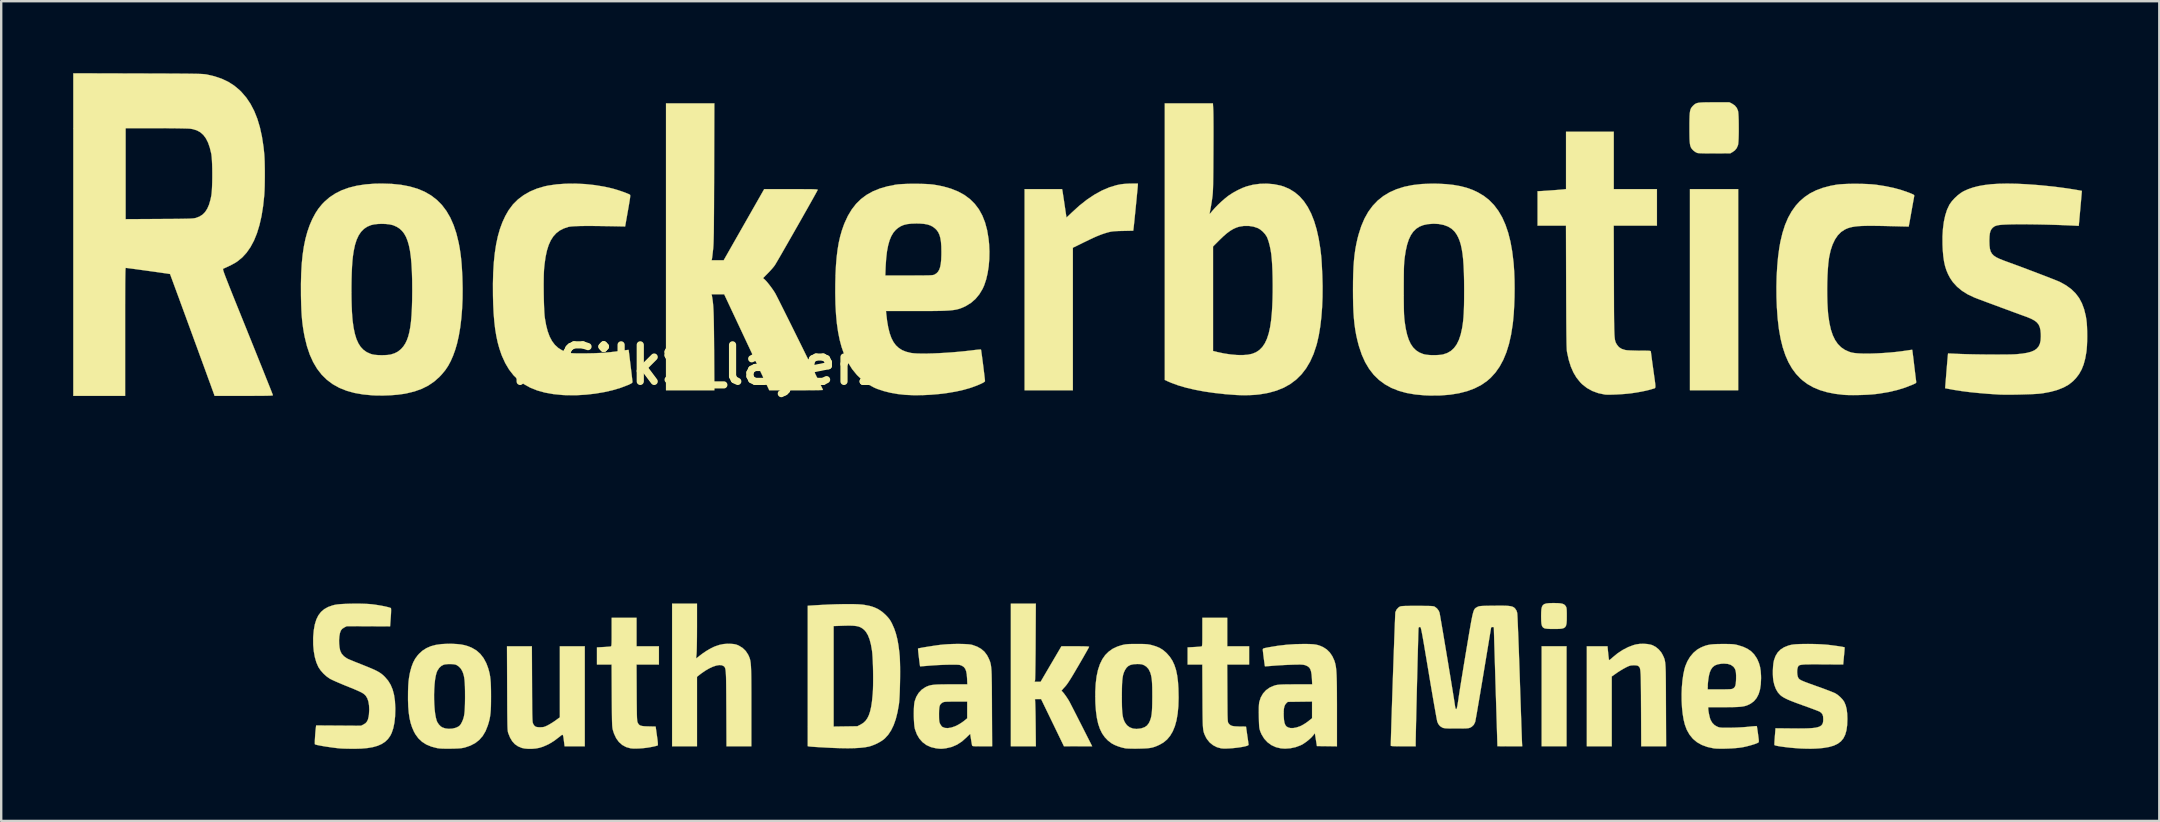
<source format=kicad_pcb>
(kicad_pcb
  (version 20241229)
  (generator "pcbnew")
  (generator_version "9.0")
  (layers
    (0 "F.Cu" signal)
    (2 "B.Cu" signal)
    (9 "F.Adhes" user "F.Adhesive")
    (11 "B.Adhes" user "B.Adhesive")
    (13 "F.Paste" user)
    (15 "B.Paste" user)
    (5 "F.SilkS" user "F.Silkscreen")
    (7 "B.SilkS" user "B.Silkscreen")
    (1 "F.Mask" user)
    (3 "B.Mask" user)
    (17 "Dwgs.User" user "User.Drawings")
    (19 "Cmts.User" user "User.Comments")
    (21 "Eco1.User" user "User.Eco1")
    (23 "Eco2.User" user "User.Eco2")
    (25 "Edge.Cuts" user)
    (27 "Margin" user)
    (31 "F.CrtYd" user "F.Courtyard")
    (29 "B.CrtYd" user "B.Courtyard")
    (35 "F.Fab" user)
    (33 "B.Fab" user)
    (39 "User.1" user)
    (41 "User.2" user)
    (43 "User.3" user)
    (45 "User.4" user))
  (footprint "F.SilkS_layer2"
    (layer "F.Cu")
    (at 26.209 12.156)
    (property "Reference" "F.SilkS_layer2" (at 0 0 0) (layer "F.SilkS") (effects (font (size 1.524 1.524) (thickness 0.3))))
    (attr through_hole)
    (fp_poly (pts (xy 36.026 15.896) (xy 34.989 15.896) (xy 34.989 11.726) (xy 36.026 11.726) (xy 36.026 15.896)) (stroke (width 0.01) (type solid)) (fill yes) (layer "F.SilkS"))
    (fp_poly (pts (xy 43.18 1.058) (xy 41.169 1.058) (xy 41.169 -7.324) (xy 43.18 -7.324) (xy 43.18 1.058)) (stroke (width 0.01) (type solid)) (fill yes) (layer "F.SilkS"))
    (fp_poly (pts (xy 35.643 9.929) (xy 35.76 9.937) (xy 35.847 9.953) (xy 35.911 9.977) (xy 35.958 10.012) (xy 35.994 10.059) (xy 35.995 10.06) (xy 36.011 10.09) (xy 36.022 10.125) (xy 36.029 10.173) (xy 36.033 10.241) (xy 36.036 10.336) (xy 36.036 10.466) (xy 36.036 10.478) (xy 36.035 10.639) (xy 36.027 10.764) (xy 36.009 10.856) (xy 35.975 10.922) (xy 35.92 10.965) (xy 35.84 10.99) (xy 35.73 11.002) (xy 35.585 11.006) (xy 35.492 11.006) (xy 35.336 11.004) (xy 35.22 10.997) (xy 35.141 10.987) (xy 35.103 10.977) (xy 35.056 10.95) (xy 35.021 10.912) (xy 34.996 10.858) (xy 34.98 10.781) (xy 34.971 10.675) (xy 34.968 10.535) (xy 34.967 10.474) (xy 34.97 10.308) (xy 34.979 10.179) (xy 35.001 10.083) (xy 35.039 10.015) (xy 35.098 9.97) (xy 35.183 9.944) (xy 35.298 9.931) (xy 35.448 9.927) (xy 35.491 9.927) (xy 35.643 9.929)) (stroke (width 0.01) (type solid)) (fill yes) (layer "F.SilkS"))
    (fp_poly (pts (xy 42.922 -10.888) (xy 43.039 -10.81) (xy 43.122 -10.707) (xy 43.171 -10.592) (xy 43.181 -10.536) (xy 43.189 -10.446) (xy 43.195 -10.327) (xy 43.2 -10.187) (xy 43.202 -10.033) (xy 43.203 -9.873) (xy 43.203 -9.712) (xy 43.2 -9.559) (xy 43.196 -9.419) (xy 43.189 -9.302) (xy 43.181 -9.212) (xy 43.172 -9.159) (xy 43.119 -9.035) (xy 43.041 -8.939) (xy 42.951 -8.874) (xy 42.852 -8.816) (xy 42.206 -8.812) (xy 42.009 -8.812) (xy 41.837 -8.813) (xy 41.694 -8.816) (xy 41.583 -8.82) (xy 41.508 -8.826) (xy 41.479 -8.831) (xy 41.416 -8.859) (xy 41.345 -8.907) (xy 41.306 -8.94) (xy 41.265 -8.983) (xy 41.231 -9.025) (xy 41.205 -9.073) (xy 41.185 -9.13) (xy 41.17 -9.203) (xy 41.16 -9.294) (xy 41.153 -9.411) (xy 41.15 -9.556) (xy 41.148 -9.737) (xy 41.148 -9.874) (xy 41.148 -10.078) (xy 41.151 -10.245) (xy 41.155 -10.378) (xy 41.162 -10.485) (xy 41.174 -10.569) (xy 41.19 -10.635) (xy 41.212 -10.688) (xy 41.241 -10.733) (xy 41.277 -10.776) (xy 41.303 -10.803) (xy 41.342 -10.84) (xy 41.381 -10.87) (xy 41.423 -10.894) (xy 41.475 -10.912) (xy 41.541 -10.925) (xy 41.626 -10.933) (xy 41.735 -10.939) (xy 41.872 -10.942) (xy 42.044 -10.943) (xy 42.189 -10.943) (xy 42.812 -10.943) (xy 42.922 -10.888)) (stroke (width 0.01) (type solid)) (fill yes) (layer "F.SilkS"))
    (fp_poly (pts (xy 18.161 -7.503) (xy 18.159 -7.471) (xy 18.153 -7.403) (xy 18.144 -7.304) (xy 18.132 -7.18) (xy 18.118 -7.035) (xy 18.103 -6.875) (xy 18.086 -6.706) (xy 18.069 -6.533) (xy 18.052 -6.362) (xy 18.035 -6.198) (xy 18.02 -6.046) (xy 18.006 -5.913) (xy 17.994 -5.803) (xy 17.985 -5.723) (xy 17.98 -5.68) (xy 17.969 -5.592) (xy 17.53 -5.582) (xy 17.376 -5.579) (xy 17.256 -5.574) (xy 17.162 -5.568) (xy 17.085 -5.559) (xy 17.018 -5.548) (xy 16.951 -5.532) (xy 16.901 -5.519) (xy 16.785 -5.484) (xy 16.673 -5.447) (xy 16.558 -5.403) (xy 16.433 -5.352) (xy 16.292 -5.289) (xy 16.127 -5.211) (xy 15.933 -5.117) (xy 15.912 -5.107) (xy 15.452 -4.881) (xy 15.452 1.058) (xy 13.441 1.058) (xy 13.441 -7.324) (xy 15.003 -7.324) (xy 15.014 -7.276) (xy 15.02 -7.243) (xy 15.031 -7.174) (xy 15.046 -7.075) (xy 15.065 -6.953) (xy 15.086 -6.814) (xy 15.104 -6.689) (xy 15.126 -6.543) (xy 15.145 -6.412) (xy 15.162 -6.3) (xy 15.175 -6.215) (xy 15.184 -6.161) (xy 15.187 -6.143) (xy 15.203 -6.155) (xy 15.243 -6.192) (xy 15.303 -6.248) (xy 15.377 -6.319) (xy 15.411 -6.352) (xy 15.723 -6.636) (xy 16.037 -6.884) (xy 16.351 -7.094) (xy 16.664 -7.266) (xy 16.974 -7.399) (xy 17.279 -7.491) (xy 17.45 -7.525) (xy 17.553 -7.538) (xy 17.681 -7.548) (xy 17.814 -7.555) (xy 17.902 -7.556) (xy 18.161 -7.556) (xy 18.161 -7.503)) (stroke (width 0.01) (type solid)) (fill yes) (layer "F.SilkS"))
    (fp_poly (pts (xy -7.086 13.298) (xy -7.085 13.597) (xy -7.084 13.857) (xy -7.082 14.08) (xy -7.081 14.269) (xy -7.079 14.428) (xy -7.077 14.559) (xy -7.074 14.665) (xy -7.071 14.749) (xy -7.068 14.814) (xy -7.064 14.863) (xy -7.059 14.899) (xy -7.053 14.925) (xy -7.047 14.943) (xy -7.046 14.944) (xy -7.005 15.019) (xy -6.957 15.066) (xy -6.893 15.092) (xy -6.802 15.102) (xy -6.755 15.102) (xy -6.668 15.1) (xy -6.601 15.091) (xy -6.536 15.07) (xy -6.455 15.033) (xy -6.435 15.023) (xy -6.343 14.972) (xy -6.237 14.907) (xy -6.134 14.839) (xy -6.101 14.815) (xy -5.927 14.687) (xy -5.927 11.726) (xy -4.889 11.726) (xy -4.889 15.896) (xy -5.729 15.896) (xy -5.757 15.679) (xy -5.772 15.561) (xy -5.785 15.48) (xy -5.799 15.433) (xy -5.817 15.416) (xy -5.845 15.423) (xy -5.885 15.452) (xy -5.927 15.487) (xy -6.166 15.669) (xy -6.4 15.81) (xy -6.63 15.912) (xy -6.782 15.959) (xy -6.924 15.986) (xy -7.082 16) (xy -7.241 16.001) (xy -7.389 15.989) (xy -7.511 15.964) (xy -7.518 15.961) (xy -7.673 15.896) (xy -7.804 15.805) (xy -7.912 15.685) (xy -8.003 15.532) (xy -8.078 15.346) (xy -8.085 15.323) (xy -8.091 15.297) (xy -8.096 15.264) (xy -8.101 15.223) (xy -8.105 15.169) (xy -8.108 15.101) (xy -8.111 15.015) (xy -8.113 14.909) (xy -8.115 14.779) (xy -8.117 14.623) (xy -8.119 14.438) (xy -8.12 14.221) (xy -8.121 13.97) (xy -8.122 13.68) (xy -8.123 13.478) (xy -8.13 11.726) (xy -7.093 11.726) (xy -7.086 13.298)) (stroke (width 0.01) (type solid)) (fill yes) (layer "F.SilkS"))
    (fp_poly (pts (xy 39.395 11.634) (xy 39.539 11.661) (xy 39.608 11.683) (xy 39.742 11.754) (xy 39.866 11.856) (xy 39.971 11.979) (xy 40.025 12.072) (xy 40.049 12.121) (xy 40.07 12.164) (xy 40.088 12.206) (xy 40.104 12.249) (xy 40.117 12.296) (xy 40.128 12.349) (xy 40.138 12.413) (xy 40.145 12.489) (xy 40.151 12.582) (xy 40.156 12.693) (xy 40.16 12.827) (xy 40.162 12.986) (xy 40.164 13.172) (xy 40.166 13.39) (xy 40.167 13.642) (xy 40.168 13.93) (xy 40.169 14.176) (xy 40.176 15.896) (xy 39.139 15.896) (xy 39.132 14.325) (xy 39.13 14.019) (xy 39.129 13.752) (xy 39.127 13.522) (xy 39.125 13.326) (xy 39.123 13.161) (xy 39.12 13.023) (xy 39.116 12.911) (xy 39.11 12.82) (xy 39.104 12.749) (xy 39.096 12.694) (xy 39.087 12.652) (xy 39.076 12.621) (xy 39.063 12.598) (xy 39.048 12.579) (xy 39.031 12.562) (xy 39.026 12.557) (xy 38.989 12.536) (xy 38.933 12.524) (xy 38.847 12.52) (xy 38.832 12.52) (xy 38.753 12.522) (xy 38.69 12.531) (xy 38.627 12.55) (xy 38.55 12.584) (xy 38.501 12.609) (xy 38.406 12.66) (xy 38.294 12.726) (xy 38.181 12.797) (xy 38.116 12.841) (xy 37.91 12.986) (xy 37.91 14.441) (xy 37.91 15.896) (xy 36.872 15.896) (xy 36.872 11.726) (xy 37.733 11.726) (xy 37.761 12.007) (xy 37.771 12.112) (xy 37.782 12.201) (xy 37.79 12.267) (xy 37.796 12.301) (xy 37.797 12.304) (xy 37.816 12.298) (xy 37.858 12.268) (xy 37.915 12.22) (xy 37.948 12.19) (xy 38.15 12.024) (xy 38.367 11.88) (xy 38.591 11.764) (xy 38.812 11.68) (xy 38.923 11.65) (xy 39.072 11.628) (xy 39.234 11.623) (xy 39.395 11.634)) (stroke (width 0.01) (type solid)) (fill yes) (layer "F.SilkS"))
    (fp_poly (pts (xy 13.9 11.52) (xy 13.899 11.776) (xy 13.897 12.02) (xy 13.894 12.249) (xy 13.892 12.46) (xy 13.889 12.65) (xy 13.887 12.814) (xy 13.884 12.949) (xy 13.881 13.053) (xy 13.878 13.121) (xy 13.875 13.15) (xy 13.859 13.208) (xy 14.108 13.207) (xy 14.541 12.467) (xy 14.975 11.728) (xy 15.552 11.727) (xy 15.746 11.728) (xy 15.899 11.73) (xy 16.012 11.733) (xy 16.087 11.738) (xy 16.124 11.745) (xy 16.129 11.749) (xy 16.119 11.772) (xy 16.089 11.827) (xy 16.043 11.911) (xy 15.981 12.019) (xy 15.908 12.148) (xy 15.824 12.294) (xy 15.732 12.452) (xy 15.69 12.525) (xy 15.574 12.722) (xy 15.477 12.887) (xy 15.396 13.022) (xy 15.327 13.132) (xy 15.269 13.222) (xy 15.219 13.294) (xy 15.175 13.353) (xy 15.133 13.403) (xy 15.105 13.434) (xy 15.046 13.498) (xy 15.004 13.55) (xy 14.981 13.582) (xy 14.981 13.589) (xy 15.006 13.606) (xy 15.048 13.652) (xy 15.101 13.719) (xy 15.16 13.8) (xy 15.22 13.889) (xy 15.276 13.977) (xy 15.32 14.055) (xy 15.347 14.107) (xy 15.391 14.193) (xy 15.45 14.307) (xy 15.52 14.444) (xy 15.599 14.599) (xy 15.685 14.769) (xy 15.776 14.947) (xy 15.831 15.055) (xy 16.257 15.896) (xy 15.669 15.896) (xy 15.081 15.895) (xy 14.129 13.929) (xy 13.994 13.928) (xy 13.921 13.929) (xy 13.883 13.933) (xy 13.869 13.945) (xy 13.873 13.968) (xy 13.876 13.975) (xy 13.879 14.006) (xy 13.883 14.074) (xy 13.887 14.176) (xy 13.89 14.306) (xy 13.894 14.461) (xy 13.897 14.635) (xy 13.899 14.824) (xy 13.901 14.96) (xy 13.91 15.896) (xy 12.869 15.896) (xy 12.869 9.948) (xy 13.909 9.948) (xy 13.9 11.52)) (stroke (width 0.01) (type solid)) (fill yes) (layer "F.SilkS"))
    (fp_poly (pts (xy -2.731 11.726) (xy -1.799 11.726) (xy -1.799 12.488) (xy -2.732 12.488) (xy -2.726 13.658) (xy -2.725 13.913) (xy -2.723 14.13) (xy -2.721 14.311) (xy -2.719 14.46) (xy -2.717 14.581) (xy -2.714 14.677) (xy -2.71 14.751) (xy -2.706 14.807) (xy -2.701 14.848) (xy -2.694 14.878) (xy -2.687 14.9) (xy -2.685 14.905) (xy -2.655 14.961) (xy -2.62 15.001) (xy -2.573 15.03) (xy -2.506 15.048) (xy -2.414 15.06) (xy -2.288 15.066) (xy -2.233 15.067) (xy -1.935 15.074) (xy -1.881 15.459) (xy -1.86 15.612) (xy -1.847 15.726) (xy -1.842 15.804) (xy -1.844 15.847) (xy -1.849 15.858) (xy -1.886 15.872) (xy -1.954 15.89) (xy -2.043 15.91) (xy -2.145 15.93) (xy -2.248 15.948) (xy -2.318 15.958) (xy -2.47 15.975) (xy -2.624 15.986) (xy -2.767 15.99) (xy -2.891 15.988) (xy -2.983 15.979) (xy -2.984 15.979) (xy -3.167 15.927) (xy -3.328 15.839) (xy -3.466 15.717) (xy -3.58 15.56) (xy -3.669 15.369) (xy -3.709 15.247) (xy -3.719 15.211) (xy -3.727 15.177) (xy -3.734 15.139) (xy -3.739 15.094) (xy -3.744 15.04) (xy -3.748 14.971) (xy -3.751 14.886) (xy -3.754 14.78) (xy -3.756 14.649) (xy -3.758 14.491) (xy -3.759 14.301) (xy -3.761 14.077) (xy -3.763 13.814) (xy -3.763 13.785) (xy -3.77 12.488) (xy -4.381 12.488) (xy -4.381 11.774) (xy -4.112 11.759) (xy -4.006 11.753) (xy -3.914 11.746) (xy -3.844 11.74) (xy -3.806 11.734) (xy -3.805 11.734) (xy -3.794 11.728) (xy -3.785 11.715) (xy -3.779 11.688) (xy -3.774 11.645) (xy -3.771 11.58) (xy -3.769 11.488) (xy -3.768 11.365) (xy -3.768 11.207) (xy -3.768 11.132) (xy -3.768 10.541) (xy -2.731 10.541) (xy -2.731 11.726)) (stroke (width 0.01) (type solid)) (fill yes) (layer "F.SilkS"))
    (fp_poly (pts (xy -0.212 10.927) (xy -0.213 11.133) (xy -0.214 11.331) (xy -0.216 11.517) (xy -0.219 11.684) (xy -0.222 11.828) (xy -0.226 11.944) (xy -0.23 12.026) (xy -0.233 12.063) (xy -0.242 12.14) (xy -0.247 12.198) (xy -0.247 12.227) (xy -0.246 12.228) (xy -0.227 12.219) (xy -0.185 12.189) (xy -0.127 12.143) (xy -0.111 12.129) (xy 0.026 12.025) (xy 0.179 11.922) (xy 0.335 11.83) (xy 0.483 11.756) (xy 0.547 11.729) (xy 0.726 11.669) (xy 0.891 11.635) (xy 1.063 11.622) (xy 1.183 11.625) (xy 1.291 11.632) (xy 1.373 11.644) (xy 1.443 11.663) (xy 1.518 11.694) (xy 1.531 11.7) (xy 1.688 11.796) (xy 1.819 11.923) (xy 1.918 12.074) (xy 1.928 12.094) (xy 1.95 12.142) (xy 1.969 12.186) (xy 1.985 12.232) (xy 2 12.281) (xy 2.012 12.337) (xy 2.022 12.403) (xy 2.03 12.481) (xy 2.037 12.574) (xy 2.042 12.687) (xy 2.046 12.821) (xy 2.049 12.979) (xy 2.051 13.165) (xy 2.052 13.381) (xy 2.053 13.632) (xy 2.053 13.918) (xy 2.053 14.226) (xy 2.053 15.896) (xy 1.018 15.896) (xy 1.011 14.325) (xy 1.009 14.018) (xy 1.008 13.751) (xy 1.006 13.52) (xy 1.004 13.323) (xy 1.002 13.157) (xy 0.999 13.019) (xy 0.994 12.906) (xy 0.989 12.815) (xy 0.982 12.744) (xy 0.974 12.688) (xy 0.964 12.647) (xy 0.952 12.616) (xy 0.938 12.593) (xy 0.922 12.575) (xy 0.903 12.558) (xy 0.894 12.551) (xy 0.817 12.516) (xy 0.714 12.51) (xy 0.591 12.531) (xy 0.451 12.578) (xy 0.297 12.649) (xy 0.136 12.743) (xy -0.031 12.858) (xy -0.122 12.928) (xy -0.212 13.001) (xy -0.212 15.896) (xy -1.249 15.896) (xy -1.249 9.948) (xy -0.212 9.948) (xy -0.212 10.927)) (stroke (width 0.01) (type solid)) (fill yes) (layer "F.SilkS"))
    (fp_poly (pts (xy 21.886 11.726) (xy 22.797 11.726) (xy 22.797 12.488) (xy 21.885 12.488) (xy 21.891 13.683) (xy 21.892 13.938) (xy 21.894 14.154) (xy 21.895 14.334) (xy 21.896 14.483) (xy 21.898 14.603) (xy 21.901 14.697) (xy 21.904 14.77) (xy 21.908 14.825) (xy 21.913 14.864) (xy 21.918 14.892) (xy 21.925 14.912) (xy 21.934 14.927) (xy 21.941 14.937) (xy 21.985 14.988) (xy 22.037 15.025) (xy 22.104 15.049) (xy 22.193 15.063) (xy 22.311 15.07) (xy 22.4 15.071) (xy 22.501 15.071) (xy 22.585 15.073) (xy 22.644 15.076) (xy 22.669 15.079) (xy 22.669 15.079) (xy 22.672 15.102) (xy 22.68 15.16) (xy 22.693 15.245) (xy 22.708 15.352) (xy 22.722 15.452) (xy 22.74 15.572) (xy 22.755 15.677) (xy 22.766 15.761) (xy 22.773 15.816) (xy 22.775 15.834) (xy 22.755 15.856) (xy 22.699 15.879) (xy 22.614 15.901) (xy 22.505 15.923) (xy 22.38 15.943) (xy 22.244 15.96) (xy 22.105 15.974) (xy 21.968 15.984) (xy 21.84 15.989) (xy 21.727 15.989) (xy 21.636 15.981) (xy 21.627 15.98) (xy 21.455 15.933) (xy 21.295 15.85) (xy 21.154 15.736) (xy 21.041 15.597) (xy 20.992 15.512) (xy 20.967 15.458) (xy 20.944 15.411) (xy 20.926 15.364) (xy 20.91 15.317) (xy 20.897 15.264) (xy 20.886 15.202) (xy 20.878 15.128) (xy 20.871 15.038) (xy 20.866 14.928) (xy 20.863 14.796) (xy 20.86 14.637) (xy 20.858 14.449) (xy 20.856 14.227) (xy 20.855 13.968) (xy 20.854 13.817) (xy 20.847 12.488) (xy 20.235 12.488) (xy 20.235 11.774) (xy 20.505 11.759) (xy 20.611 11.753) (xy 20.703 11.746) (xy 20.773 11.74) (xy 20.811 11.734) (xy 20.812 11.734) (xy 20.823 11.728) (xy 20.832 11.715) (xy 20.838 11.688) (xy 20.843 11.645) (xy 20.846 11.58) (xy 20.848 11.488) (xy 20.849 11.365) (xy 20.849 11.207) (xy 20.849 11.132) (xy 20.849 10.541) (xy 21.886 10.541) (xy 21.886 11.726)) (stroke (width 0.01) (type solid)) (fill yes) (layer "F.SilkS"))
    (fp_poly (pts (xy 6.326 9.972) (xy 6.519 9.979) (xy 6.677 9.991) (xy 6.756 10.001) (xy 6.983 10.045) (xy 7.179 10.106) (xy 7.35 10.187) (xy 7.507 10.293) (xy 7.653 10.424) (xy 7.741 10.517) (xy 7.808 10.599) (xy 7.864 10.686) (xy 7.92 10.792) (xy 7.921 10.795) (xy 8.007 10.99) (xy 8.078 11.198) (xy 8.136 11.425) (xy 8.182 11.678) (xy 8.219 11.962) (xy 8.236 12.141) (xy 8.243 12.265) (xy 8.248 12.421) (xy 8.252 12.6) (xy 8.253 12.798) (xy 8.252 13.006) (xy 8.249 13.217) (xy 8.244 13.425) (xy 8.238 13.623) (xy 8.23 13.804) (xy 8.221 13.96) (xy 8.21 14.084) (xy 8.204 14.139) (xy 8.146 14.469) (xy 8.073 14.76) (xy 7.983 15.015) (xy 7.876 15.234) (xy 7.752 15.421) (xy 7.608 15.575) (xy 7.603 15.58) (xy 7.495 15.662) (xy 7.359 15.743) (xy 7.21 15.816) (xy 7.059 15.875) (xy 6.959 15.905) (xy 6.79 15.937) (xy 6.587 15.959) (xy 6.347 15.973) (xy 6.071 15.978) (xy 5.755 15.973) (xy 5.556 15.967) (xy 5.431 15.962) (xy 5.291 15.955) (xy 5.142 15.947) (xy 4.994 15.939) (xy 4.851 15.931) (xy 4.721 15.923) (xy 4.611 15.915) (xy 4.527 15.909) (xy 4.478 15.904) (xy 4.471 15.903) (xy 4.403 15.891) (xy 4.403 10.885) (xy 5.482 10.885) (xy 5.482 15.074) (xy 5.977 15.067) (xy 6.471 15.06) (xy 6.616 14.986) (xy 6.721 14.92) (xy 6.811 14.835) (xy 6.888 14.728) (xy 6.952 14.595) (xy 7.005 14.435) (xy 7.048 14.242) (xy 7.082 14.015) (xy 7.108 13.75) (xy 7.114 13.681) (xy 7.122 13.537) (xy 7.127 13.365) (xy 7.129 13.173) (xy 7.129 12.969) (xy 7.127 12.759) (xy 7.122 12.553) (xy 7.115 12.358) (xy 7.106 12.181) (xy 7.095 12.03) (xy 7.083 11.914) (xy 7.082 11.91) (xy 7.038 11.657) (xy 6.982 11.443) (xy 6.913 11.268) (xy 6.832 11.13) (xy 6.752 11.04) (xy 6.681 10.983) (xy 6.608 10.939) (xy 6.525 10.906) (xy 6.426 10.884) (xy 6.307 10.871) (xy 6.16 10.866) (xy 5.98 10.868) (xy 5.879 10.871) (xy 5.482 10.885) (xy 4.403 10.885) (xy 4.403 10.039) (xy 4.62 10.025) (xy 4.95 10.005) (xy 5.267 9.989) (xy 5.567 9.978) (xy 5.846 9.972) (xy 6.1 9.97) (xy 6.326 9.972)) (stroke (width 0.01) (type solid)) (fill yes) (layer "F.SilkS"))
    (fp_poly (pts (xy 37.994 -7.324) (xy 39.793 -7.324) (xy 39.793 -5.8) (xy 37.992 -5.8) (xy 38 -3.487) (xy 38.001 -3.115) (xy 38.002 -2.782) (xy 38.003 -2.486) (xy 38.004 -2.226) (xy 38.006 -1.998) (xy 38.008 -1.8) (xy 38.011 -1.63) (xy 38.014 -1.485) (xy 38.018 -1.363) (xy 38.022 -1.261) (xy 38.028 -1.176) (xy 38.035 -1.107) (xy 38.043 -1.051) (xy 38.053 -1.005) (xy 38.064 -0.967) (xy 38.076 -0.935) (xy 38.09 -0.906) (xy 38.107 -0.877) (xy 38.125 -0.846) (xy 38.129 -0.839) (xy 38.21 -0.74) (xy 38.321 -0.668) (xy 38.465 -0.622) (xy 38.502 -0.615) (xy 38.566 -0.608) (xy 38.663 -0.602) (xy 38.784 -0.598) (xy 38.921 -0.594) (xy 39.065 -0.593) (xy 39.09 -0.593) (xy 39.243 -0.592) (xy 39.358 -0.591) (xy 39.441 -0.588) (xy 39.495 -0.583) (xy 39.526 -0.576) (xy 39.539 -0.567) (xy 39.539 -0.564) (xy 39.542 -0.536) (xy 39.55 -0.472) (xy 39.563 -0.377) (xy 39.579 -0.255) (xy 39.598 -0.112) (xy 39.62 0.046) (xy 39.633 0.14) (xy 39.662 0.347) (xy 39.686 0.517) (xy 39.705 0.652) (xy 39.718 0.757) (xy 39.726 0.836) (xy 39.729 0.894) (xy 39.726 0.933) (xy 39.718 0.957) (xy 39.705 0.972) (xy 39.686 0.981) (xy 39.661 0.987) (xy 39.632 0.996) (xy 39.627 0.997) (xy 39.496 1.036) (xy 39.332 1.076) (xy 39.144 1.115) (xy 38.942 1.151) (xy 38.734 1.182) (xy 38.703 1.186) (xy 38.576 1.2) (xy 38.43 1.213) (xy 38.275 1.224) (xy 38.118 1.233) (xy 37.968 1.239) (xy 37.833 1.242) (xy 37.721 1.242) (xy 37.641 1.238) (xy 37.624 1.236) (xy 37.347 1.178) (xy 37.097 1.086) (xy 36.873 0.961) (xy 36.673 0.803) (xy 36.593 0.721) (xy 36.441 0.532) (xy 36.313 0.317) (xy 36.206 0.072) (xy 36.119 -0.204) (xy 36.051 -0.516) (xy 36.044 -0.552) (xy 36.04 -0.588) (xy 36.036 -0.644) (xy 36.033 -0.721) (xy 36.029 -0.821) (xy 36.026 -0.947) (xy 36.024 -1.1) (xy 36.021 -1.282) (xy 36.019 -1.494) (xy 36.017 -1.739) (xy 36.015 -2.018) (xy 36.014 -2.334) (xy 36.012 -2.687) (xy 36.011 -3.08) (xy 36.01 -3.254) (xy 36.003 -5.8) (xy 34.819 -5.8) (xy 34.819 -7.239) (xy 34.872 -7.239) (xy 34.915 -7.241) (xy 34.992 -7.245) (xy 35.096 -7.252) (xy 35.218 -7.26) (xy 35.35 -7.269) (xy 35.485 -7.279) (xy 35.615 -7.289) (xy 35.732 -7.298) (xy 35.828 -7.306) (xy 35.894 -7.312) (xy 35.915 -7.315) (xy 36.005 -7.326) (xy 36.005 -9.716) (xy 37.994 -9.716) (xy 37.994 -7.324)) (stroke (width 0.01) (type solid)) (fill yes) (layer "F.SilkS"))
    (fp_poly (pts (xy -10.411 11.625) (xy -10.214 11.635) (xy -10.047 11.653) (xy -9.902 11.681) (xy -9.767 11.72) (xy -9.631 11.774) (xy -9.591 11.792) (xy -9.405 11.901) (xy -9.243 12.045) (xy -9.105 12.223) (xy -8.992 12.433) (xy -8.916 12.636) (xy -8.882 12.754) (xy -8.855 12.866) (xy -8.834 12.981) (xy -8.819 13.104) (xy -8.808 13.243) (xy -8.801 13.405) (xy -8.797 13.595) (xy -8.796 13.811) (xy -8.797 14.034) (xy -8.8 14.221) (xy -8.807 14.38) (xy -8.818 14.516) (xy -8.833 14.638) (xy -8.854 14.752) (xy -8.881 14.865) (xy -8.916 14.983) (xy -8.932 15.033) (xy -9.024 15.265) (xy -9.141 15.463) (xy -9.284 15.628) (xy -9.456 15.763) (xy -9.658 15.868) (xy -9.874 15.942) (xy -9.943 15.958) (xy -10.013 15.971) (xy -10.093 15.98) (xy -10.191 15.986) (xy -10.315 15.991) (xy -10.467 15.994) (xy -10.661 15.995) (xy -10.817 15.992) (xy -10.938 15.985) (xy -11.03 15.973) (xy -11.038 15.972) (xy -11.281 15.909) (xy -11.491 15.822) (xy -11.67 15.708) (xy -11.822 15.565) (xy -11.949 15.392) (xy -12.01 15.28) (xy -12.085 15.108) (xy -12.145 14.924) (xy -12.191 14.723) (xy -12.224 14.499) (xy -12.245 14.248) (xy -12.255 13.963) (xy -12.255 13.83) (xy -12.254 13.729) (xy -11.169 13.729) (xy -11.168 13.943) (xy -11.16 14.153) (xy -11.146 14.352) (xy -11.125 14.534) (xy -11.097 14.692) (xy -11.063 14.819) (xy -11.036 14.886) (xy -10.974 14.981) (xy -10.894 15.063) (xy -10.83 15.106) (xy -10.705 15.15) (xy -10.56 15.168) (xy -10.41 15.16) (xy -10.268 15.125) (xy -10.202 15.097) (xy -10.136 15.06) (xy -10.09 15.02) (xy -10.052 14.966) (xy -10.016 14.901) (xy -9.979 14.821) (xy -9.949 14.739) (xy -9.925 14.65) (xy -9.907 14.548) (xy -9.894 14.427) (xy -9.886 14.283) (xy -9.881 14.11) (xy -9.878 13.901) (xy -9.878 13.811) (xy -9.879 13.591) (xy -9.883 13.407) (xy -9.89 13.255) (xy -9.9 13.128) (xy -9.915 13.021) (xy -9.935 12.928) (xy -9.961 12.844) (xy -9.991 12.768) (xy -10.053 12.661) (xy -10.138 12.571) (xy -10.233 12.508) (xy -10.28 12.49) (xy -10.367 12.475) (xy -10.477 12.468) (xy -10.593 12.47) (xy -10.698 12.48) (xy -10.761 12.493) (xy -10.865 12.545) (xy -10.957 12.631) (xy -11.031 12.744) (xy -11.066 12.829) (xy -11.101 12.964) (xy -11.129 13.128) (xy -11.149 13.315) (xy -11.162 13.517) (xy -11.169 13.729) (xy -12.254 13.729) (xy -12.253 13.586) (xy -12.245 13.376) (xy -12.232 13.192) (xy -12.211 13.026) (xy -12.183 12.87) (xy -12.168 12.799) (xy -12.109 12.584) (xy -12.039 12.401) (xy -11.955 12.243) (xy -11.85 12.102) (xy -11.792 12.038) (xy -11.649 11.908) (xy -11.487 11.805) (xy -11.303 11.725) (xy -11.094 11.669) (xy -10.857 11.636) (xy -10.587 11.623) (xy -10.411 11.625)) (stroke (width 0.01) (type solid)) (fill yes) (layer "F.SilkS"))
    (fp_poly (pts (xy 0.502 -8.017) (xy 0.501 -7.6) (xy 0.499 -7.222) (xy 0.498 -6.883) (xy 0.497 -6.579) (xy 0.495 -6.308) (xy 0.493 -6.068) (xy 0.492 -5.856) (xy 0.49 -5.671) (xy 0.488 -5.509) (xy 0.485 -5.37) (xy 0.482 -5.25) (xy 0.479 -5.147) (xy 0.476 -5.058) (xy 0.472 -4.983) (xy 0.468 -4.917) (xy 0.464 -4.859) (xy 0.459 -4.807) (xy 0.458 -4.805) (xy 0.445 -4.687) (xy 0.433 -4.58) (xy 0.422 -4.493) (xy 0.414 -4.434) (xy 0.411 -4.419) (xy 0.399 -4.36) (xy 0.9 -4.36) (xy 1.744 -5.842) (xy 2.588 -7.324) (xy 3.709 -7.324) (xy 3.957 -7.324) (xy 4.166 -7.323) (xy 4.339 -7.322) (xy 4.48 -7.321) (xy 4.591 -7.32) (xy 4.676 -7.317) (xy 4.737 -7.314) (xy 4.779 -7.31) (xy 4.805 -7.305) (xy 4.817 -7.299) (xy 4.818 -7.292) (xy 4.818 -7.291) (xy 4.803 -7.262) (xy 4.769 -7.199) (xy 4.718 -7.106) (xy 4.652 -6.987) (xy 4.572 -6.844) (xy 4.481 -6.682) (xy 4.38 -6.503) (xy 4.271 -6.311) (xy 4.157 -6.109) (xy 4.039 -5.901) (xy 3.919 -5.691) (xy 3.799 -5.48) (xy 3.681 -5.274) (xy 3.567 -5.074) (xy 3.459 -4.886) (xy 3.359 -4.711) (xy 3.268 -4.553) (xy 3.189 -4.417) (xy 3.123 -4.304) (xy 3.073 -4.219) (xy 3.04 -4.165) (xy 3.03 -4.149) (xy 2.976 -4.078) (xy 2.901 -3.99) (xy 2.816 -3.896) (xy 2.737 -3.814) (xy 2.541 -3.616) (xy 2.605 -3.562) (xy 2.659 -3.508) (xy 2.73 -3.427) (xy 2.81 -3.327) (xy 2.893 -3.216) (xy 2.972 -3.103) (xy 3.041 -2.996) (xy 3.042 -2.994) (xy 3.062 -2.958) (xy 3.098 -2.889) (xy 3.149 -2.789) (xy 3.214 -2.661) (xy 3.291 -2.508) (xy 3.378 -2.334) (xy 3.474 -2.141) (xy 3.578 -1.933) (xy 3.688 -1.712) (xy 3.802 -1.482) (xy 3.919 -1.245) (xy 4.038 -1.005) (xy 4.157 -0.765) (xy 4.274 -0.527) (xy 4.388 -0.295) (xy 4.498 -0.072) (xy 4.602 0.14) (xy 4.698 0.336) (xy 4.785 0.515) (xy 4.862 0.673) (xy 4.927 0.807) (xy 4.978 0.914) (xy 5.015 0.991) (xy 5.034 1.036) (xy 5.038 1.045) (xy 5.017 1.047) (xy 4.958 1.05) (xy 4.865 1.052) (xy 4.741 1.054) (xy 4.59 1.056) (xy 4.416 1.057) (xy 4.223 1.058) (xy 4.016 1.058) (xy 3.919 1.058) (xy 2.8 1.058) (xy 1.86 -0.942) (xy 0.921 -2.942) (xy 0.659 -2.942) (xy 0.397 -2.942) (xy 0.411 -2.871) (xy 0.425 -2.791) (xy 0.437 -2.71) (xy 0.448 -2.624) (xy 0.458 -2.529) (xy 0.466 -2.424) (xy 0.473 -2.304) (xy 0.479 -2.166) (xy 0.484 -2.007) (xy 0.488 -1.824) (xy 0.492 -1.614) (xy 0.495 -1.373) (xy 0.498 -1.098) (xy 0.5 -0.785) (xy 0.502 -0.587) (xy 0.512 1.058) (xy -1.503 1.058) (xy -1.503 -10.901) (xy 0.511 -10.901) (xy 0.502 -8.017)) (stroke (width 0.01) (type solid)) (fill yes) (layer "F.SilkS"))
    (fp_poly (pts (xy 18.273 11.632) (xy 18.393 11.634) (xy 18.487 11.638) (xy 18.565 11.645) (xy 18.633 11.655) (xy 18.7 11.669) (xy 18.741 11.679) (xy 18.921 11.733) (xy 19.07 11.796) (xy 19.201 11.877) (xy 19.326 11.981) (xy 19.368 12.022) (xy 19.495 12.167) (xy 19.6 12.328) (xy 19.685 12.51) (xy 19.752 12.716) (xy 19.801 12.952) (xy 19.834 13.219) (xy 19.851 13.483) (xy 19.859 13.871) (xy 19.849 14.221) (xy 19.819 14.536) (xy 19.771 14.816) (xy 19.702 15.062) (xy 19.614 15.276) (xy 19.505 15.46) (xy 19.376 15.614) (xy 19.225 15.739) (xy 19.066 15.83) (xy 18.959 15.879) (xy 18.863 15.917) (xy 18.769 15.945) (xy 18.67 15.965) (xy 18.557 15.978) (xy 18.421 15.986) (xy 18.255 15.991) (xy 18.182 15.993) (xy 18.043 15.994) (xy 17.911 15.993) (xy 17.795 15.99) (xy 17.703 15.986) (xy 17.644 15.981) (xy 17.64 15.98) (xy 17.49 15.946) (xy 17.338 15.898) (xy 17.196 15.841) (xy 17.081 15.78) (xy 17.069 15.773) (xy 16.915 15.656) (xy 16.784 15.519) (xy 16.672 15.359) (xy 16.581 15.173) (xy 16.508 14.96) (xy 16.454 14.715) (xy 16.416 14.437) (xy 16.393 14.122) (xy 16.389 14.001) (xy 16.388 13.822) (xy 17.494 13.822) (xy 17.495 14.044) (xy 17.498 14.229) (xy 17.504 14.382) (xy 17.513 14.509) (xy 17.527 14.614) (xy 17.545 14.702) (xy 17.568 14.779) (xy 17.597 14.85) (xy 17.627 14.909) (xy 17.71 15.022) (xy 17.821 15.105) (xy 17.954 15.156) (xy 18.105 15.173) (xy 18.271 15.155) (xy 18.32 15.144) (xy 18.446 15.098) (xy 18.54 15.033) (xy 18.613 14.939) (xy 18.636 14.896) (xy 18.67 14.82) (xy 18.697 14.742) (xy 18.719 14.657) (xy 18.735 14.558) (xy 18.747 14.441) (xy 18.755 14.3) (xy 18.76 14.129) (xy 18.762 13.924) (xy 18.763 13.832) (xy 18.762 13.614) (xy 18.76 13.432) (xy 18.754 13.282) (xy 18.746 13.157) (xy 18.734 13.052) (xy 18.717 12.961) (xy 18.696 12.879) (xy 18.676 12.816) (xy 18.609 12.68) (xy 18.516 12.577) (xy 18.43 12.521) (xy 18.366 12.493) (xy 18.305 12.476) (xy 18.23 12.469) (xy 18.139 12.467) (xy 17.983 12.475) (xy 17.861 12.502) (xy 17.764 12.55) (xy 17.687 12.623) (xy 17.628 12.713) (xy 17.593 12.784) (xy 17.564 12.86) (xy 17.541 12.944) (xy 17.524 13.042) (xy 17.511 13.16) (xy 17.502 13.301) (xy 17.497 13.472) (xy 17.495 13.677) (xy 17.494 13.822) (xy 16.388 13.822) (xy 16.387 13.624) (xy 16.405 13.285) (xy 16.442 12.981) (xy 16.5 12.711) (xy 16.579 12.475) (xy 16.679 12.269) (xy 16.801 12.094) (xy 16.947 11.949) (xy 17.115 11.83) (xy 17.308 11.739) (xy 17.497 11.679) (xy 17.568 11.663) (xy 17.634 11.65) (xy 17.706 11.642) (xy 17.79 11.636) (xy 17.895 11.633) (xy 18.029 11.632) (xy 18.119 11.632) (xy 18.273 11.632)) (stroke (width 0.01) (type solid)) (fill yes) (layer "F.SilkS"))
    (fp_poly (pts (xy -4.878 -7.535) (xy -4.472 -7.492) (xy -4.076 -7.427) (xy -3.752 -7.354) (xy -3.636 -7.322) (xy -3.508 -7.283) (xy -3.378 -7.24) (xy -3.254 -7.197) (xy -3.145 -7.155) (xy -3.059 -7.119) (xy -3.007 -7.092) (xy -2.999 -7.082) (xy -2.995 -7.059) (xy -2.996 -7.021) (xy -3.002 -6.962) (xy -3.014 -6.879) (xy -3.032 -6.768) (xy -3.056 -6.624) (xy -3.088 -6.443) (xy -3.092 -6.42) (xy -3.207 -5.768) (xy -3.768 -5.779) (xy -4.112 -5.784) (xy -4.416 -5.788) (xy -4.681 -5.79) (xy -4.909 -5.789) (xy -5.102 -5.786) (xy -5.262 -5.781) (xy -5.392 -5.773) (xy -5.491 -5.764) (xy -5.564 -5.752) (xy -5.577 -5.748) (xy -5.766 -5.685) (xy -5.932 -5.6) (xy -6.076 -5.49) (xy -6.201 -5.353) (xy -6.306 -5.188) (xy -6.394 -4.992) (xy -6.466 -4.762) (xy -6.523 -4.497) (xy -6.565 -4.195) (xy -6.584 -4.01) (xy -6.591 -3.888) (xy -6.597 -3.735) (xy -6.6 -3.557) (xy -6.602 -3.36) (xy -6.601 -3.153) (xy -6.599 -2.94) (xy -6.595 -2.73) (xy -6.589 -2.529) (xy -6.582 -2.344) (xy -6.574 -2.181) (xy -6.564 -2.048) (xy -6.553 -1.956) (xy -6.501 -1.66) (xy -6.435 -1.402) (xy -6.353 -1.18) (xy -6.253 -0.992) (xy -6.135 -0.835) (xy -5.997 -0.708) (xy -5.837 -0.608) (xy -5.654 -0.533) (xy -5.588 -0.514) (xy -5.54 -0.502) (xy -5.487 -0.493) (xy -5.424 -0.487) (xy -5.343 -0.482) (xy -5.241 -0.479) (xy -5.11 -0.478) (xy -4.945 -0.478) (xy -4.879 -0.478) (xy -4.507 -0.485) (xy -4.164 -0.501) (xy -3.836 -0.528) (xy -3.509 -0.567) (xy -3.387 -0.584) (xy -3.289 -0.599) (xy -3.202 -0.61) (xy -3.137 -0.618) (xy -3.112 -0.621) (xy -3.06 -0.624) (xy -2.981 0.021) (xy -2.961 0.184) (xy -2.943 0.334) (xy -2.928 0.467) (xy -2.915 0.577) (xy -2.906 0.658) (xy -2.901 0.704) (xy -2.901 0.712) (xy -2.907 0.736) (xy -2.931 0.76) (xy -2.979 0.789) (xy -3.058 0.826) (xy -3.096 0.842) (xy -3.394 0.956) (xy -3.724 1.054) (xy -4.079 1.135) (xy -4.451 1.198) (xy -4.834 1.241) (xy -5.219 1.264) (xy -5.599 1.265) (xy -5.81 1.256) (xy -6.196 1.218) (xy -6.549 1.155) (xy -6.87 1.066) (xy -7.16 0.95) (xy -7.421 0.805) (xy -7.655 0.632) (xy -7.862 0.429) (xy -8.044 0.194) (xy -8.202 -0.071) (xy -8.338 -0.37) (xy -8.367 -0.445) (xy -8.448 -0.684) (xy -8.518 -0.936) (xy -8.575 -1.205) (xy -8.623 -1.495) (xy -8.659 -1.811) (xy -8.687 -2.156) (xy -8.705 -2.535) (xy -8.714 -2.889) (xy -8.716 -3.388) (xy -8.704 -3.849) (xy -8.678 -4.275) (xy -8.637 -4.667) (xy -8.582 -5.027) (xy -8.511 -5.359) (xy -8.424 -5.664) (xy -8.321 -5.944) (xy -8.201 -6.203) (xy -8.065 -6.441) (xy -8.053 -6.458) (xy -7.88 -6.689) (xy -7.674 -6.894) (xy -7.436 -7.073) (xy -7.17 -7.225) (xy -6.878 -7.348) (xy -6.561 -7.441) (xy -6.418 -7.471) (xy -6.063 -7.523) (xy -5.682 -7.55) (xy -5.284 -7.554) (xy -4.878 -7.535)) (stroke (width 0.01) (type solid)) (fill yes) (layer "F.SilkS"))
    (fp_poly (pts (xy 25.212 11.633) (xy 25.359 11.637) (xy 25.479 11.645) (xy 25.579 11.658) (xy 25.667 11.678) (xy 25.75 11.705) (xy 25.836 11.742) (xy 25.886 11.765) (xy 26.031 11.859) (xy 26.16 11.986) (xy 26.267 12.143) (xy 26.349 12.322) (xy 26.384 12.435) (xy 26.397 12.496) (xy 26.41 12.561) (xy 26.42 12.633) (xy 26.429 12.717) (xy 26.436 12.816) (xy 26.442 12.931) (xy 26.447 13.068) (xy 26.451 13.228) (xy 26.454 13.415) (xy 26.456 13.633) (xy 26.457 13.884) (xy 26.458 14.171) (xy 26.458 14.431) (xy 26.458 15.897) (xy 26.041 15.891) (xy 25.623 15.886) (xy 25.58 15.618) (xy 25.538 15.35) (xy 25.463 15.447) (xy 25.386 15.533) (xy 25.282 15.627) (xy 25.165 15.719) (xy 25.046 15.799) (xy 24.95 15.851) (xy 24.744 15.929) (xy 24.521 15.977) (xy 24.296 15.993) (xy 24.119 15.981) (xy 23.913 15.932) (xy 23.726 15.846) (xy 23.562 15.726) (xy 23.424 15.575) (xy 23.315 15.396) (xy 23.261 15.267) (xy 23.245 15.217) (xy 23.232 15.168) (xy 23.223 15.113) (xy 23.216 15.046) (xy 23.211 14.959) (xy 23.207 14.846) (xy 23.204 14.7) (xy 23.203 14.647) (xy 23.201 14.472) (xy 24.238 14.472) (xy 24.24 14.638) (xy 24.24 14.639) (xy 24.251 14.797) (xy 24.272 14.918) (xy 24.306 15.007) (xy 24.356 15.07) (xy 24.425 15.11) (xy 24.511 15.134) (xy 24.627 15.137) (xy 24.764 15.113) (xy 24.909 15.065) (xy 24.97 15.038) (xy 25.061 14.988) (xy 25.165 14.923) (xy 25.259 14.855) (xy 25.271 14.845) (xy 25.421 14.726) (xy 25.421 14.031) (xy 24.408 14.044) (xy 24.344 14.105) (xy 24.298 14.164) (xy 24.266 14.24) (xy 24.246 14.341) (xy 24.238 14.472) (xy 23.201 14.472) (xy 23.201 14.444) (xy 23.202 14.281) (xy 23.208 14.158) (xy 23.217 14.073) (xy 23.22 14.055) (xy 23.282 13.863) (xy 23.378 13.696) (xy 23.504 13.556) (xy 23.66 13.446) (xy 23.843 13.368) (xy 23.92 13.346) (xy 23.97 13.337) (xy 24.033 13.329) (xy 24.114 13.324) (xy 24.218 13.319) (xy 24.349 13.316) (xy 24.513 13.315) (xy 24.713 13.314) (xy 24.742 13.314) (xy 25.427 13.314) (xy 25.415 13.076) (xy 25.402 12.912) (xy 25.381 12.785) (xy 25.35 12.689) (xy 25.305 12.617) (xy 25.244 12.565) (xy 25.165 12.527) (xy 25.141 12.518) (xy 25.099 12.506) (xy 25.054 12.497) (xy 25 12.492) (xy 24.928 12.489) (xy 24.833 12.49) (xy 24.709 12.492) (xy 24.575 12.496) (xy 24.413 12.502) (xy 24.239 12.51) (xy 24.067 12.52) (xy 23.911 12.53) (xy 23.791 12.539) (xy 23.679 12.549) (xy 23.582 12.556) (xy 23.509 12.561) (xy 23.466 12.564) (xy 23.458 12.563) (xy 23.453 12.542) (xy 23.444 12.486) (xy 23.433 12.406) (xy 23.42 12.31) (xy 23.406 12.205) (xy 23.393 12.102) (xy 23.382 12.008) (xy 23.373 11.932) (xy 23.369 11.882) (xy 23.368 11.872) (xy 23.37 11.847) (xy 23.38 11.829) (xy 23.405 11.815) (xy 23.453 11.802) (xy 23.53 11.786) (xy 23.606 11.771) (xy 23.997 11.706) (xy 24.368 11.663) (xy 24.736 11.639) (xy 25.03 11.633) (xy 25.212 11.633)) (stroke (width 0.01) (type solid)) (fill yes) (layer "F.SilkS"))
    (fp_poly (pts (xy -14.188 9.953) (xy -14.013 9.959) (xy -13.857 9.968) (xy -13.748 9.978) (xy -13.62 9.995) (xy -13.486 10.016) (xy -13.353 10.039) (xy -13.229 10.063) (xy -13.122 10.088) (xy -13.037 10.11) (xy -12.983 10.129) (xy -12.968 10.137) (xy -12.962 10.167) (xy -12.96 10.235) (xy -12.963 10.339) (xy -12.971 10.476) (xy -12.975 10.528) (xy -13.002 10.898) (xy -14.806 10.89) (xy -14.911 10.943) (xy -14.999 11.001) (xy -15.054 11.072) (xy -15.055 11.075) (xy -15.092 11.177) (xy -15.116 11.309) (xy -15.128 11.459) (xy -15.126 11.615) (xy -15.111 11.768) (xy -15.083 11.904) (xy -15.08 11.914) (xy -15.023 12.034) (xy -14.929 12.141) (xy -14.802 12.231) (xy -14.742 12.261) (xy -14.687 12.285) (xy -14.599 12.321) (xy -14.486 12.368) (xy -14.356 12.42) (xy -14.215 12.476) (xy -14.129 12.51) (xy -13.935 12.588) (xy -13.777 12.654) (xy -13.647 12.711) (xy -13.541 12.764) (xy -13.453 12.814) (xy -13.378 12.864) (xy -13.31 12.918) (xy -13.245 12.979) (xy -13.218 13.005) (xy -13.085 13.16) (xy -12.978 13.335) (xy -12.896 13.532) (xy -12.837 13.755) (xy -12.8 14.008) (xy -12.785 14.294) (xy -12.785 14.367) (xy -12.794 14.657) (xy -12.823 14.917) (xy -12.87 15.144) (xy -12.935 15.337) (xy -12.998 15.463) (xy -13.093 15.595) (xy -13.21 15.707) (xy -13.351 15.799) (xy -13.517 15.873) (xy -13.713 15.929) (xy -13.94 15.968) (xy -14.201 15.991) (xy -14.499 15.999) (xy -14.591 15.998) (xy -14.717 15.996) (xy -14.836 15.994) (xy -14.938 15.991) (xy -15.014 15.988) (xy -15.039 15.987) (xy -15.146 15.978) (xy -15.272 15.964) (xy -15.41 15.946) (xy -15.552 15.926) (xy -15.693 15.905) (xy -15.825 15.883) (xy -15.943 15.861) (xy -16.038 15.842) (xy -16.104 15.825) (xy -16.135 15.812) (xy -16.139 15.787) (xy -16.139 15.728) (xy -16.137 15.643) (xy -16.131 15.54) (xy -16.124 15.428) (xy -16.115 15.313) (xy -16.105 15.204) (xy -16.095 15.118) (xy -16.084 15.027) (xy -15.149 15.033) (xy -14.213 15.039) (xy -14.108 14.986) (xy -14.026 14.934) (xy -13.967 14.866) (xy -13.924 14.776) (xy -13.895 14.655) (xy -13.883 14.569) (xy -13.871 14.374) (xy -13.879 14.192) (xy -13.906 14.03) (xy -13.952 13.895) (xy -14.015 13.792) (xy -14.023 13.783) (xy -14.057 13.748) (xy -14.095 13.715) (xy -14.141 13.683) (xy -14.201 13.649) (xy -14.279 13.611) (xy -14.378 13.566) (xy -14.504 13.512) (xy -14.661 13.448) (xy -14.835 13.378) (xy -14.986 13.316) (xy -15.132 13.254) (xy -15.266 13.196) (xy -15.381 13.144) (xy -15.47 13.101) (xy -15.52 13.074) (xy -15.653 12.98) (xy -15.783 12.861) (xy -15.898 12.73) (xy -15.987 12.598) (xy -15.995 12.583) (xy -16.076 12.396) (xy -16.139 12.176) (xy -16.182 11.931) (xy -16.206 11.667) (xy -16.208 11.389) (xy -16.205 11.324) (xy -16.181 11.051) (xy -16.138 10.813) (xy -16.075 10.61) (xy -15.99 10.438) (xy -15.881 10.296) (xy -15.747 10.181) (xy -15.587 10.091) (xy -15.398 10.024) (xy -15.303 10) (xy -15.21 9.985) (xy -15.081 9.972) (xy -14.926 9.963) (xy -14.751 9.956) (xy -14.565 9.952) (xy -14.374 9.951) (xy -14.188 9.953)) (stroke (width 0.01) (type solid)) (fill yes) (layer "F.SilkS"))
    (fp_poly (pts (xy 46.287 11.633) (xy 46.477 11.638) (xy 46.66 11.647) (xy 46.827 11.658) (xy 46.941 11.669) (xy 47.074 11.685) (xy 47.207 11.703) (xy 47.332 11.72) (xy 47.442 11.737) (xy 47.531 11.752) (xy 47.591 11.765) (xy 47.615 11.773) (xy 47.616 11.795) (xy 47.612 11.853) (xy 47.606 11.938) (xy 47.597 12.044) (xy 47.588 12.133) (xy 47.555 12.487) (xy 46.685 12.482) (xy 46.456 12.481) (xy 46.266 12.481) (xy 46.11 12.482) (xy 45.986 12.484) (xy 45.889 12.49) (xy 45.815 12.498) (xy 45.761 12.509) (xy 45.723 12.524) (xy 45.696 12.544) (xy 45.679 12.569) (xy 45.666 12.599) (xy 45.656 12.627) (xy 45.64 12.71) (xy 45.637 12.809) (xy 45.645 12.91) (xy 45.664 12.997) (xy 45.691 13.054) (xy 45.71 13.078) (xy 45.733 13.1) (xy 45.764 13.122) (xy 45.807 13.146) (xy 45.866 13.173) (xy 45.945 13.206) (xy 46.048 13.245) (xy 46.18 13.294) (xy 46.345 13.353) (xy 46.498 13.408) (xy 46.657 13.465) (xy 46.809 13.521) (xy 46.946 13.573) (xy 47.064 13.619) (xy 47.155 13.656) (xy 47.215 13.682) (xy 47.227 13.688) (xy 47.33 13.755) (xy 47.432 13.843) (xy 47.523 13.938) (xy 47.591 14.031) (xy 47.602 14.052) (xy 47.66 14.189) (xy 47.699 14.345) (xy 47.722 14.527) (xy 47.73 14.742) (xy 47.73 14.762) (xy 47.721 15.012) (xy 47.692 15.227) (xy 47.64 15.41) (xy 47.564 15.564) (xy 47.461 15.689) (xy 47.329 15.789) (xy 47.165 15.867) (xy 46.968 15.924) (xy 46.734 15.964) (xy 46.56 15.981) (xy 46.383 15.992) (xy 46.208 15.997) (xy 46.02 15.995) (xy 45.805 15.988) (xy 45.805 15.988) (xy 45.659 15.979) (xy 45.505 15.967) (xy 45.349 15.953) (xy 45.197 15.936) (xy 45.054 15.918) (xy 44.927 15.9) (xy 44.822 15.882) (xy 44.744 15.865) (xy 44.699 15.849) (xy 44.69 15.842) (xy 44.688 15.813) (xy 44.69 15.75) (xy 44.695 15.661) (xy 44.703 15.552) (xy 44.708 15.481) (xy 44.736 15.145) (xy 45.424 15.152) (xy 45.693 15.154) (xy 45.922 15.152) (xy 46.116 15.147) (xy 46.276 15.136) (xy 46.406 15.12) (xy 46.509 15.096) (xy 46.588 15.065) (xy 46.645 15.026) (xy 46.685 14.976) (xy 46.71 14.917) (xy 46.722 14.846) (xy 46.725 14.764) (xy 46.718 14.65) (xy 46.692 14.566) (xy 46.643 14.501) (xy 46.573 14.451) (xy 46.537 14.435) (xy 46.467 14.407) (xy 46.368 14.369) (xy 46.246 14.323) (xy 46.107 14.272) (xy 45.955 14.217) (xy 45.908 14.201) (xy 45.693 14.123) (xy 45.514 14.056) (xy 45.366 13.998) (xy 45.244 13.947) (xy 45.146 13.899) (xy 45.065 13.855) (xy 44.997 13.811) (xy 44.939 13.765) (xy 44.927 13.754) (xy 44.833 13.648) (xy 44.752 13.509) (xy 44.689 13.345) (xy 44.648 13.175) (xy 44.632 13.047) (xy 44.625 12.896) (xy 44.625 12.734) (xy 44.633 12.576) (xy 44.648 12.433) (xy 44.67 12.318) (xy 44.671 12.313) (xy 44.735 12.134) (xy 44.825 11.986) (xy 44.943 11.865) (xy 45.091 11.77) (xy 45.274 11.697) (xy 45.385 11.668) (xy 45.471 11.654) (xy 45.593 11.643) (xy 45.742 11.636) (xy 45.913 11.632) (xy 46.097 11.631) (xy 46.287 11.633)) (stroke (width 0.01) (type solid)) (fill yes) (layer "F.SilkS"))
    (fp_poly (pts (xy 21.304 -10.62) (xy 21.306 -10.552) (xy 21.308 -10.446) (xy 21.31 -10.306) (xy 21.311 -10.136) (xy 21.312 -9.941) (xy 21.312 -9.723) (xy 21.312 -9.488) (xy 21.311 -9.24) (xy 21.31 -8.983) (xy 21.309 -8.784) (xy 21.307 -8.486) (xy 21.306 -8.227) (xy 21.304 -8.003) (xy 21.302 -7.811) (xy 21.299 -7.648) (xy 21.297 -7.509) (xy 21.294 -7.392) (xy 21.29 -7.293) (xy 21.286 -7.209) (xy 21.281 -7.136) (xy 21.275 -7.071) (xy 21.268 -7.009) (xy 21.26 -6.949) (xy 21.256 -6.921) (xy 21.238 -6.796) (xy 21.217 -6.67) (xy 21.198 -6.556) (xy 21.182 -6.469) (xy 21.179 -6.457) (xy 21.164 -6.381) (xy 21.155 -6.324) (xy 21.152 -6.295) (xy 21.153 -6.293) (xy 21.168 -6.305) (xy 21.203 -6.343) (xy 21.251 -6.4) (xy 21.269 -6.422) (xy 21.372 -6.539) (xy 21.498 -6.669) (xy 21.637 -6.8) (xy 21.778 -6.924) (xy 21.909 -7.029) (xy 21.944 -7.055) (xy 22.123 -7.171) (xy 22.321 -7.28) (xy 22.522 -7.374) (xy 22.684 -7.435) (xy 22.956 -7.506) (xy 23.243 -7.545) (xy 23.536 -7.553) (xy 23.826 -7.529) (xy 24.101 -7.474) (xy 24.241 -7.432) (xy 24.481 -7.328) (xy 24.701 -7.192) (xy 24.901 -7.023) (xy 25.081 -6.819) (xy 25.241 -6.58) (xy 25.383 -6.306) (xy 25.506 -5.996) (xy 25.61 -5.65) (xy 25.696 -5.266) (xy 25.765 -4.845) (xy 25.801 -4.54) (xy 25.808 -4.461) (xy 25.816 -4.348) (xy 25.824 -4.209) (xy 25.833 -4.052) (xy 25.841 -3.887) (xy 25.848 -3.742) (xy 25.86 -3.279) (xy 25.857 -2.828) (xy 25.839 -2.393) (xy 25.807 -1.979) (xy 25.761 -1.59) (xy 25.701 -1.23) (xy 25.628 -0.906) (xy 25.599 -0.803) (xy 25.482 -0.452) (xy 25.339 -0.136) (xy 25.172 0.147) (xy 24.979 0.396) (xy 24.759 0.613) (xy 24.513 0.798) (xy 24.238 0.952) (xy 23.935 1.074) (xy 23.603 1.166) (xy 23.241 1.229) (xy 23.061 1.248) (xy 22.803 1.262) (xy 22.527 1.265) (xy 22.278 1.256) (xy 21.808 1.221) (xy 21.361 1.172) (xy 20.938 1.111) (xy 20.544 1.037) (xy 20.18 0.953) (xy 19.85 0.857) (xy 19.557 0.75) (xy 19.426 0.694) (xy 19.283 0.629) (xy 19.283 -4.933) (xy 21.294 -4.933) (xy 21.294 -0.578) (xy 21.479 -0.533) (xy 21.755 -0.475) (xy 22.028 -0.434) (xy 22.291 -0.411) (xy 22.534 -0.408) (xy 22.747 -0.424) (xy 22.926 -0.462) (xy 23.086 -0.527) (xy 23.226 -0.621) (xy 23.348 -0.744) (xy 23.453 -0.899) (xy 23.541 -1.087) (xy 23.614 -1.31) (xy 23.672 -1.568) (xy 23.716 -1.864) (xy 23.747 -2.191) (xy 23.763 -2.454) (xy 23.774 -2.736) (xy 23.78 -3.028) (xy 23.781 -3.325) (xy 23.778 -3.617) (xy 23.771 -3.898) (xy 23.759 -4.161) (xy 23.743 -4.398) (xy 23.723 -4.602) (xy 23.718 -4.638) (xy 23.69 -4.81) (xy 23.654 -4.978) (xy 23.612 -5.134) (xy 23.567 -5.265) (xy 23.535 -5.339) (xy 23.463 -5.449) (xy 23.365 -5.556) (xy 23.255 -5.646) (xy 23.16 -5.701) (xy 22.981 -5.761) (xy 22.784 -5.791) (xy 22.582 -5.791) (xy 22.387 -5.76) (xy 22.277 -5.726) (xy 22.144 -5.667) (xy 22.011 -5.588) (xy 21.872 -5.486) (xy 21.722 -5.356) (xy 21.564 -5.204) (xy 21.294 -4.933) (xy 19.283 -4.933) (xy 19.283 -10.901) (xy 21.289 -10.901) (xy 21.304 -10.62)) (stroke (width 0.01) (type solid)) (fill yes) (layer "F.SilkS"))
    (fp_poly (pts (xy 42.682 11.633) (xy 42.805 11.635) (xy 42.902 11.638) (xy 42.98 11.644) (xy 43.047 11.653) (xy 43.111 11.666) (xy 43.159 11.678) (xy 43.379 11.746) (xy 43.564 11.831) (xy 43.718 11.936) (xy 43.845 12.065) (xy 43.95 12.22) (xy 43.985 12.287) (xy 44.047 12.435) (xy 44.091 12.588) (xy 44.118 12.757) (xy 44.131 12.952) (xy 44.133 13.058) (xy 44.121 13.313) (xy 44.088 13.534) (xy 44.031 13.722) (xy 43.949 13.88) (xy 43.843 14.009) (xy 43.71 14.111) (xy 43.639 14.149) (xy 43.574 14.179) (xy 43.509 14.204) (xy 43.438 14.223) (xy 43.358 14.238) (xy 43.263 14.249) (xy 43.147 14.257) (xy 43.006 14.262) (xy 42.834 14.265) (xy 42.627 14.266) (xy 42.561 14.266) (xy 41.931 14.266) (xy 41.931 14.328) (xy 41.937 14.4) (xy 41.952 14.497) (xy 41.974 14.603) (xy 41.998 14.702) (xy 42.022 14.778) (xy 42.025 14.786) (xy 42.097 14.914) (xy 42.192 15.011) (xy 42.289 15.068) (xy 42.331 15.087) (xy 42.369 15.101) (xy 42.411 15.111) (xy 42.463 15.117) (xy 42.532 15.121) (xy 42.627 15.122) (xy 42.753 15.122) (xy 42.82 15.122) (xy 43.003 15.119) (xy 43.199 15.111) (xy 43.392 15.1) (xy 43.562 15.086) (xy 43.589 15.083) (xy 43.707 15.071) (xy 43.809 15.062) (xy 43.889 15.056) (xy 43.94 15.053) (xy 43.954 15.054) (xy 43.96 15.077) (xy 43.97 15.135) (xy 43.983 15.22) (xy 43.998 15.324) (xy 44.007 15.389) (xy 44.023 15.513) (xy 44.034 15.602) (xy 44.039 15.663) (xy 44.038 15.701) (xy 44.031 15.724) (xy 44.02 15.737) (xy 44.017 15.739) (xy 43.967 15.765) (xy 43.885 15.797) (xy 43.779 15.831) (xy 43.658 15.866) (xy 43.531 15.899) (xy 43.407 15.927) (xy 43.334 15.94) (xy 43.215 15.957) (xy 43.07 15.971) (xy 42.907 15.983) (xy 42.738 15.99) (xy 42.571 15.995) (xy 42.415 15.995) (xy 42.28 15.991) (xy 42.175 15.983) (xy 42.155 15.98) (xy 41.893 15.923) (xy 41.662 15.838) (xy 41.462 15.725) (xy 41.293 15.583) (xy 41.152 15.411) (xy 41.038 15.209) (xy 40.959 14.998) (xy 40.906 14.785) (xy 40.866 14.541) (xy 40.838 14.275) (xy 40.824 13.996) (xy 40.822 13.71) (xy 40.829 13.525) (xy 41.91 13.525) (xy 42.402 13.525) (xy 42.583 13.524) (xy 42.724 13.521) (xy 42.829 13.517) (xy 42.9 13.51) (xy 42.941 13.501) (xy 42.945 13.499) (xy 42.999 13.465) (xy 43.038 13.422) (xy 43.064 13.363) (xy 43.08 13.28) (xy 43.089 13.166) (xy 43.092 13.095) (xy 43.093 12.943) (xy 43.086 12.825) (xy 43.07 12.734) (xy 43.041 12.662) (xy 42.998 12.6) (xy 42.971 12.571) (xy 42.875 12.503) (xy 42.748 12.462) (xy 42.59 12.449) (xy 42.483 12.454) (xy 42.329 12.479) (xy 42.207 12.526) (xy 42.113 12.6) (xy 42.041 12.705) (xy 41.997 12.811) (xy 41.97 12.907) (xy 41.946 13.031) (xy 41.927 13.168) (xy 41.914 13.304) (xy 41.91 13.414) (xy 41.91 13.525) (xy 40.829 13.525) (xy 40.833 13.427) (xy 40.857 13.155) (xy 40.893 12.901) (xy 40.942 12.675) (xy 40.978 12.552) (xy 41.065 12.347) (xy 41.178 12.161) (xy 41.313 12.001) (xy 41.465 11.871) (xy 41.596 11.794) (xy 41.706 11.744) (xy 41.807 11.705) (xy 41.909 11.676) (xy 42.019 11.656) (xy 42.144 11.643) (xy 42.294 11.636) (xy 42.476 11.633) (xy 42.524 11.633) (xy 42.682 11.633)) (stroke (width 0.01) (type solid)) (fill yes) (layer "F.SilkS"))
    (fp_poly (pts (xy -12.935 -7.543) (xy -12.546 -7.504) (xy -12.189 -7.436) (xy -11.862 -7.341) (xy -11.565 -7.217) (xy -11.297 -7.063) (xy -11.057 -6.879) (xy -10.843 -6.664) (xy -10.656 -6.417) (xy -10.493 -6.137) (xy -10.355 -5.825) (xy -10.239 -5.478) (xy -10.146 -5.097) (xy -10.139 -5.062) (xy -10.101 -4.858) (xy -10.07 -4.654) (xy -10.044 -4.444) (xy -10.023 -4.218) (xy -10.006 -3.968) (xy -9.991 -3.685) (xy -9.99 -3.648) (xy -9.979 -3.203) (xy -9.982 -2.767) (xy -10.001 -2.345) (xy -10.033 -1.942) (xy -10.079 -1.562) (xy -10.139 -1.21) (xy -10.211 -0.89) (xy -10.287 -0.63) (xy -10.379 -0.376) (xy -10.476 -0.155) (xy -10.581 0.04) (xy -10.701 0.219) (xy -10.841 0.389) (xy -10.948 0.503) (xy -11.167 0.697) (xy -11.412 0.863) (xy -11.684 0.999) (xy -11.986 1.107) (xy -12.319 1.188) (xy -12.414 1.206) (xy -12.689 1.243) (xy -12.991 1.267) (xy -13.307 1.278) (xy -13.623 1.274) (xy -13.737 1.269) (xy -14.129 1.232) (xy -14.489 1.169) (xy -14.819 1.077) (xy -15.12 0.956) (xy -15.391 0.805) (xy -15.635 0.623) (xy -15.852 0.41) (xy -16.042 0.165) (xy -16.207 -0.113) (xy -16.348 -0.425) (xy -16.465 -0.772) (xy -16.559 -1.153) (xy -16.594 -1.333) (xy -16.624 -1.515) (xy -16.649 -1.691) (xy -16.669 -1.87) (xy -16.685 -2.058) (xy -16.697 -2.263) (xy -16.706 -2.492) (xy -16.713 -2.752) (xy -16.716 -2.902) (xy -16.716 -3.011) (xy -14.613 -3.011) (xy -14.61 -2.729) (xy -14.603 -2.459) (xy -14.592 -2.209) (xy -14.577 -1.986) (xy -14.563 -1.831) (xy -14.522 -1.541) (xy -14.469 -1.29) (xy -14.403 -1.075) (xy -14.322 -0.895) (xy -14.225 -0.745) (xy -14.11 -0.625) (xy -13.976 -0.531) (xy -13.822 -0.462) (xy -13.737 -0.436) (xy -13.643 -0.419) (xy -13.52 -0.408) (xy -13.381 -0.404) (xy -13.239 -0.405) (xy -13.108 -0.413) (xy -12.999 -0.427) (xy -12.964 -0.435) (xy -12.812 -0.484) (xy -12.687 -0.547) (xy -12.575 -0.634) (xy -12.53 -0.676) (xy -12.445 -0.774) (xy -12.37 -0.889) (xy -12.305 -1.022) (xy -12.249 -1.176) (xy -12.202 -1.354) (xy -12.163 -1.559) (xy -12.132 -1.792) (xy -12.109 -2.056) (xy -12.093 -2.355) (xy -12.083 -2.69) (xy -12.079 -3.064) (xy -12.079 -3.133) (xy -12.082 -3.532) (xy -12.093 -3.892) (xy -12.111 -4.213) (xy -12.137 -4.5) (xy -12.172 -4.752) (xy -12.217 -4.973) (xy -12.272 -5.165) (xy -12.337 -5.329) (xy -12.414 -5.468) (xy -12.504 -5.583) (xy -12.605 -5.677) (xy -12.721 -5.752) (xy -12.85 -5.81) (xy -12.9 -5.827) (xy -13.026 -5.855) (xy -13.179 -5.872) (xy -13.346 -5.878) (xy -13.512 -5.872) (xy -13.665 -5.855) (xy -13.79 -5.827) (xy -13.951 -5.761) (xy -14.09 -5.668) (xy -14.21 -5.547) (xy -14.312 -5.396) (xy -14.397 -5.212) (xy -14.466 -4.994) (xy -14.52 -4.738) (xy -14.552 -4.521) (xy -14.572 -4.33) (xy -14.588 -4.104) (xy -14.6 -3.852) (xy -14.608 -3.58) (xy -14.612 -3.298) (xy -14.613 -3.011) (xy -16.716 -3.011) (xy -16.717 -3.378) (xy -16.706 -3.817) (xy -16.683 -4.221) (xy -16.646 -4.592) (xy -16.595 -4.935) (xy -16.53 -5.251) (xy -16.45 -5.544) (xy -16.356 -5.816) (xy -16.246 -6.07) (xy -16.226 -6.109) (xy -16.108 -6.329) (xy -15.983 -6.518) (xy -15.842 -6.69) (xy -15.746 -6.791) (xy -15.529 -6.981) (xy -15.286 -7.142) (xy -15.017 -7.277) (xy -14.719 -7.384) (xy -14.391 -7.466) (xy -14.033 -7.521) (xy -13.642 -7.551) (xy -13.356 -7.556) (xy -12.935 -7.543)) (stroke (width 0.01) (type solid)) (fill yes) (layer "F.SilkS"))
    (fp_poly (pts (xy 48.35 -7.543) (xy 48.548 -7.536) (xy 48.728 -7.526) (xy 48.883 -7.512) (xy 48.927 -7.507) (xy 49.314 -7.447) (xy 49.667 -7.373) (xy 49.991 -7.283) (xy 50.294 -7.177) (xy 50.309 -7.171) (xy 50.404 -7.133) (xy 50.466 -7.105) (xy 50.501 -7.084) (xy 50.516 -7.064) (xy 50.517 -7.042) (xy 50.515 -7.029) (xy 50.508 -6.995) (xy 50.496 -6.924) (xy 50.477 -6.824) (xy 50.455 -6.7) (xy 50.429 -6.557) (xy 50.402 -6.401) (xy 50.396 -6.372) (xy 50.369 -6.218) (xy 50.344 -6.078) (xy 50.322 -5.958) (xy 50.304 -5.863) (xy 50.292 -5.797) (xy 50.286 -5.767) (xy 50.285 -5.765) (xy 50.264 -5.765) (xy 50.205 -5.766) (xy 50.113 -5.768) (xy 49.993 -5.77) (xy 49.849 -5.774) (xy 49.687 -5.778) (xy 49.51 -5.782) (xy 49.498 -5.783) (xy 49.194 -5.79) (xy 48.928 -5.794) (xy 48.697 -5.796) (xy 48.497 -5.794) (xy 48.326 -5.789) (xy 48.178 -5.78) (xy 48.051 -5.766) (xy 47.941 -5.748) (xy 47.845 -5.726) (xy 47.758 -5.699) (xy 47.678 -5.666) (xy 47.622 -5.639) (xy 47.468 -5.538) (xy 47.331 -5.399) (xy 47.213 -5.224) (xy 47.113 -5.014) (xy 47.032 -4.771) (xy 46.972 -4.497) (xy 46.96 -4.42) (xy 46.935 -4.218) (xy 46.916 -3.983) (xy 46.901 -3.724) (xy 46.892 -3.448) (xy 46.888 -3.165) (xy 46.89 -2.883) (xy 46.896 -2.61) (xy 46.909 -2.357) (xy 46.927 -2.13) (xy 46.936 -2.043) (xy 46.983 -1.736) (xy 47.044 -1.467) (xy 47.122 -1.235) (xy 47.218 -1.036) (xy 47.332 -0.87) (xy 47.466 -0.735) (xy 47.622 -0.628) (xy 47.799 -0.548) (xy 47.891 -0.518) (xy 48 -0.497) (xy 48.146 -0.481) (xy 48.324 -0.472) (xy 48.527 -0.469) (xy 48.751 -0.472) (xy 48.99 -0.481) (xy 49.239 -0.495) (xy 49.493 -0.514) (xy 49.747 -0.538) (xy 49.994 -0.568) (xy 50.231 -0.602) (xy 50.238 -0.603) (xy 50.322 -0.616) (xy 50.388 -0.625) (xy 50.427 -0.628) (xy 50.433 -0.628) (xy 50.437 -0.607) (xy 50.445 -0.548) (xy 50.456 -0.458) (xy 50.471 -0.342) (xy 50.488 -0.204) (xy 50.506 -0.05) (xy 50.513 0.011) (xy 50.533 0.173) (xy 50.551 0.323) (xy 50.567 0.456) (xy 50.58 0.566) (xy 50.591 0.647) (xy 50.597 0.694) (xy 50.598 0.7) (xy 50.599 0.73) (xy 50.587 0.752) (xy 50.554 0.776) (xy 50.491 0.805) (xy 50.455 0.821) (xy 50.135 0.947) (xy 49.803 1.049) (xy 49.45 1.132) (xy 49.071 1.195) (xy 48.896 1.218) (xy 48.746 1.232) (xy 48.569 1.244) (xy 48.376 1.252) (xy 48.177 1.258) (xy 47.982 1.26) (xy 47.803 1.259) (xy 47.649 1.253) (xy 47.583 1.249) (xy 47.216 1.206) (xy 46.884 1.14) (xy 46.583 1.051) (xy 46.312 0.938) (xy 46.068 0.8) (xy 45.848 0.635) (xy 45.784 0.578) (xy 45.592 0.377) (xy 45.422 0.147) (xy 45.273 -0.113) (xy 45.145 -0.405) (xy 45.037 -0.729) (xy 44.948 -1.088) (xy 44.878 -1.482) (xy 44.827 -1.913) (xy 44.822 -1.971) (xy 44.792 -2.397) (xy 44.776 -2.83) (xy 44.773 -3.263) (xy 44.783 -3.69) (xy 44.807 -4.104) (xy 44.842 -4.496) (xy 44.891 -4.861) (xy 44.937 -5.125) (xy 45.025 -5.496) (xy 45.132 -5.83) (xy 45.26 -6.131) (xy 45.409 -6.399) (xy 45.581 -6.638) (xy 45.743 -6.816) (xy 45.949 -6.995) (xy 46.176 -7.148) (xy 46.428 -7.275) (xy 46.709 -7.379) (xy 47.021 -7.461) (xy 47.276 -7.509) (xy 47.399 -7.523) (xy 47.556 -7.534) (xy 47.738 -7.542) (xy 47.937 -7.546) (xy 48.144 -7.546) (xy 48.35 -7.543)) (stroke (width 0.01) (type solid)) (fill yes) (layer "F.SilkS"))
    (fp_poly (pts (xy 30.671 -7.55) (xy 31.014 -7.532) (xy 31.324 -7.498) (xy 31.604 -7.448) (xy 31.862 -7.381) (xy 32.104 -7.295) (xy 32.332 -7.189) (xy 32.581 -7.041) (xy 32.806 -6.863) (xy 33.008 -6.655) (xy 33.187 -6.416) (xy 33.345 -6.146) (xy 33.48 -5.842) (xy 33.595 -5.505) (xy 33.689 -5.133) (xy 33.762 -4.726) (xy 33.816 -4.282) (xy 33.823 -4.202) (xy 33.845 -3.886) (xy 33.858 -3.544) (xy 33.862 -3.186) (xy 33.858 -2.823) (xy 33.845 -2.465) (xy 33.825 -2.122) (xy 33.796 -1.806) (xy 33.78 -1.672) (xy 33.714 -1.253) (xy 33.627 -0.87) (xy 33.519 -0.522) (xy 33.389 -0.208) (xy 33.237 0.072) (xy 33.063 0.32) (xy 32.865 0.537) (xy 32.716 0.668) (xy 32.471 0.838) (xy 32.193 0.98) (xy 31.885 1.095) (xy 31.545 1.182) (xy 31.175 1.242) (xy 30.774 1.274) (xy 30.343 1.278) (xy 30.11 1.269) (xy 29.717 1.233) (xy 29.355 1.17) (xy 29.024 1.078) (xy 28.724 0.958) (xy 28.452 0.807) (xy 28.208 0.626) (xy 27.991 0.414) (xy 27.801 0.169) (xy 27.636 -0.107) (xy 27.496 -0.417) (xy 27.38 -0.761) (xy 27.36 -0.83) (xy 27.305 -1.045) (xy 27.258 -1.257) (xy 27.22 -1.473) (xy 27.189 -1.698) (xy 27.165 -1.938) (xy 27.147 -2.198) (xy 27.135 -2.483) (xy 27.129 -2.8) (xy 27.127 -3.133) (xy 29.242 -3.133) (xy 29.242 -2.883) (xy 29.243 -2.67) (xy 29.245 -2.491) (xy 29.247 -2.34) (xy 29.25 -2.212) (xy 29.254 -2.104) (xy 29.26 -2.009) (xy 29.267 -1.924) (xy 29.275 -1.844) (xy 29.28 -1.804) (xy 29.324 -1.515) (xy 29.38 -1.266) (xy 29.449 -1.053) (xy 29.532 -0.874) (xy 29.632 -0.727) (xy 29.749 -0.61) (xy 29.885 -0.52) (xy 30.041 -0.456) (xy 30.115 -0.435) (xy 30.215 -0.419) (xy 30.344 -0.408) (xy 30.487 -0.405) (xy 30.631 -0.408) (xy 30.763 -0.417) (xy 30.869 -0.432) (xy 30.88 -0.435) (xy 31.054 -0.493) (xy 31.206 -0.581) (xy 31.337 -0.701) (xy 31.448 -0.853) (xy 31.54 -1.041) (xy 31.615 -1.264) (xy 31.673 -1.525) (xy 31.683 -1.587) (xy 31.703 -1.718) (xy 31.719 -1.851) (xy 31.732 -1.991) (xy 31.742 -2.144) (xy 31.749 -2.316) (xy 31.755 -2.511) (xy 31.758 -2.735) (xy 31.759 -2.994) (xy 31.76 -3.133) (xy 31.757 -3.506) (xy 31.749 -3.84) (xy 31.736 -4.138) (xy 31.717 -4.401) (xy 31.691 -4.635) (xy 31.657 -4.84) (xy 31.617 -5.02) (xy 31.568 -5.177) (xy 31.511 -5.315) (xy 31.445 -5.437) (xy 31.369 -5.544) (xy 31.358 -5.558) (xy 31.236 -5.674) (xy 31.084 -5.766) (xy 30.904 -5.832) (xy 30.703 -5.871) (xy 30.483 -5.883) (xy 30.25 -5.865) (xy 30.239 -5.864) (xy 30.058 -5.825) (xy 29.898 -5.762) (xy 29.759 -5.672) (xy 29.639 -5.554) (xy 29.538 -5.406) (xy 29.452 -5.225) (xy 29.382 -5.01) (xy 29.325 -4.757) (xy 29.28 -4.466) (xy 29.28 -4.461) (xy 29.271 -4.382) (xy 29.263 -4.3) (xy 29.257 -4.212) (xy 29.252 -4.111) (xy 29.248 -3.994) (xy 29.246 -3.855) (xy 29.244 -3.691) (xy 29.243 -3.496) (xy 29.242 -3.266) (xy 29.242 -3.133) (xy 27.127 -3.133) (xy 27.129 -3.488) (xy 27.137 -3.807) (xy 27.149 -4.095) (xy 27.168 -4.358) (xy 27.194 -4.6) (xy 27.226 -4.828) (xy 27.267 -5.047) (xy 27.315 -5.263) (xy 27.36 -5.434) (xy 27.471 -5.781) (xy 27.605 -6.096) (xy 27.763 -6.378) (xy 27.947 -6.628) (xy 28.156 -6.848) (xy 28.392 -7.036) (xy 28.655 -7.194) (xy 28.946 -7.323) (xy 29.267 -7.423) (xy 29.617 -7.494) (xy 29.998 -7.537) (xy 30.411 -7.553) (xy 30.671 -7.55)) (stroke (width 0.01) (type solid)) (fill yes) (layer "F.SilkS"))
    (fp_poly (pts (xy 10.784 11.631) (xy 10.946 11.635) (xy 11.087 11.644) (xy 11.199 11.657) (xy 11.261 11.67) (xy 11.462 11.742) (xy 11.629 11.836) (xy 11.766 11.953) (xy 11.875 12.098) (xy 11.927 12.197) (xy 11.953 12.252) (xy 11.975 12.302) (xy 11.995 12.351) (xy 12.011 12.401) (xy 12.025 12.457) (xy 12.037 12.52) (xy 12.047 12.594) (xy 12.055 12.682) (xy 12.062 12.787) (xy 12.067 12.913) (xy 12.07 13.063) (xy 12.073 13.238) (xy 12.076 13.444) (xy 12.077 13.682) (xy 12.079 13.957) (xy 12.08 14.27) (xy 12.08 14.282) (xy 12.088 15.896) (xy 11.675 15.896) (xy 11.533 15.896) (xy 11.428 15.895) (xy 11.354 15.893) (xy 11.305 15.889) (xy 11.276 15.883) (xy 11.26 15.873) (xy 11.253 15.859) (xy 11.25 15.849) (xy 11.243 15.808) (xy 11.231 15.741) (xy 11.217 15.657) (xy 11.203 15.569) (xy 11.19 15.486) (xy 11.181 15.421) (xy 11.176 15.385) (xy 11.176 15.382) (xy 11.162 15.388) (xy 11.126 15.421) (xy 11.072 15.472) (xy 11.023 15.522) (xy 10.829 15.695) (xy 10.624 15.828) (xy 10.405 15.922) (xy 10.17 15.977) (xy 10.149 15.98) (xy 10.046 15.993) (xy 9.962 15.998) (xy 9.879 15.994) (xy 9.778 15.983) (xy 9.742 15.978) (xy 9.534 15.928) (xy 9.35 15.844) (xy 9.19 15.726) (xy 9.056 15.576) (xy 8.951 15.396) (xy 8.874 15.187) (xy 8.868 15.164) (xy 8.851 15.071) (xy 8.838 14.947) (xy 8.829 14.801) (xy 8.824 14.643) (xy 8.824 14.563) (xy 9.874 14.563) (xy 9.875 14.687) (xy 9.877 14.777) (xy 9.883 14.842) (xy 9.892 14.892) (xy 9.907 14.934) (xy 9.921 14.965) (xy 9.959 15.028) (xy 10 15.077) (xy 10.017 15.09) (xy 10.117 15.13) (xy 10.241 15.138) (xy 10.383 15.116) (xy 10.538 15.064) (xy 10.615 15.029) (xy 10.714 14.975) (xy 10.819 14.909) (xy 10.908 14.845) (xy 10.917 14.838) (xy 11.049 14.73) (xy 11.049 14.034) (xy 10.567 14.034) (xy 10.411 14.034) (xy 10.29 14.035) (xy 10.201 14.037) (xy 10.136 14.041) (xy 10.089 14.048) (xy 10.056 14.056) (xy 10.03 14.068) (xy 10.018 14.075) (xy 9.966 14.112) (xy 9.929 14.154) (xy 9.902 14.209) (xy 9.886 14.284) (xy 9.877 14.385) (xy 9.874 14.52) (xy 9.874 14.563) (xy 8.824 14.563) (xy 8.824 14.482) (xy 8.827 14.328) (xy 8.835 14.191) (xy 8.848 14.08) (xy 8.859 14.024) (xy 8.927 13.834) (xy 9.026 13.671) (xy 9.153 13.536) (xy 9.305 13.434) (xy 9.311 13.431) (xy 9.374 13.401) (xy 9.436 13.377) (xy 9.501 13.357) (xy 9.575 13.342) (xy 9.664 13.331) (xy 9.771 13.323) (xy 9.903 13.318) (xy 10.065 13.315) (xy 10.261 13.314) (xy 10.369 13.314) (xy 11.055 13.314) (xy 11.044 13.065) (xy 11.031 12.896) (xy 11.005 12.764) (xy 10.965 12.663) (xy 10.907 12.59) (xy 10.829 12.538) (xy 10.746 12.507) (xy 10.692 12.499) (xy 10.602 12.495) (xy 10.481 12.493) (xy 10.337 12.494) (xy 10.175 12.497) (xy 10.002 12.503) (xy 9.823 12.511) (xy 9.646 12.522) (xy 9.475 12.534) (xy 9.419 12.539) (xy 9.307 12.549) (xy 9.21 12.556) (xy 9.137 12.562) (xy 9.094 12.564) (xy 9.087 12.564) (xy 9.082 12.542) (xy 9.073 12.486) (xy 9.062 12.405) (xy 9.05 12.307) (xy 9.037 12.2) (xy 9.024 12.092) (xy 9.013 11.992) (xy 9.005 11.908) (xy 9 11.849) (xy 8.999 11.822) (xy 9 11.821) (xy 9.024 11.814) (xy 9.084 11.801) (xy 9.173 11.784) (xy 9.282 11.765) (xy 9.407 11.745) (xy 9.539 11.724) (xy 9.672 11.704) (xy 9.8 11.685) (xy 9.915 11.67) (xy 9.917 11.67) (xy 10.073 11.654) (xy 10.245 11.642) (xy 10.426 11.634) (xy 10.609 11.63) (xy 10.784 11.631)) (stroke (width 0.01) (type solid)) (fill yes) (layer "F.SilkS"))
    (fp_poly (pts (xy 9.122 -7.544) (xy 9.314 -7.538) (xy 9.486 -7.528) (xy 9.63 -7.514) (xy 9.673 -7.508) (xy 10.038 -7.439) (xy 10.369 -7.345) (xy 10.666 -7.226) (xy 10.931 -7.082) (xy 11.163 -6.91) (xy 11.365 -6.71) (xy 11.537 -6.482) (xy 11.679 -6.224) (xy 11.793 -5.935) (xy 11.879 -5.615) (xy 11.938 -5.263) (xy 11.961 -5.038) (xy 11.975 -4.722) (xy 11.969 -4.409) (xy 11.944 -4.106) (xy 11.899 -3.818) (xy 11.837 -3.553) (xy 11.757 -3.315) (xy 11.692 -3.17) (xy 11.557 -2.945) (xy 11.395 -2.749) (xy 11.209 -2.586) (xy 11.001 -2.457) (xy 10.976 -2.444) (xy 10.897 -2.407) (xy 10.822 -2.375) (xy 10.748 -2.347) (xy 10.671 -2.324) (xy 10.588 -2.304) (xy 10.495 -2.288) (xy 10.388 -2.275) (xy 10.265 -2.265) (xy 10.121 -2.257) (xy 9.953 -2.251) (xy 9.758 -2.248) (xy 9.531 -2.245) (xy 9.27 -2.244) (xy 8.971 -2.244) (xy 8.907 -2.244) (xy 7.664 -2.244) (xy 7.675 -2.133) (xy 7.712 -1.824) (xy 7.759 -1.554) (xy 7.818 -1.32) (xy 7.889 -1.121) (xy 7.975 -0.954) (xy 8.078 -0.815) (xy 8.198 -0.703) (xy 8.338 -0.615) (xy 8.498 -0.549) (xy 8.681 -0.503) (xy 8.721 -0.495) (xy 8.836 -0.482) (xy 8.989 -0.473) (xy 9.174 -0.47) (xy 9.386 -0.471) (xy 9.619 -0.477) (xy 9.87 -0.488) (xy 10.132 -0.503) (xy 10.402 -0.521) (xy 10.674 -0.544) (xy 10.942 -0.57) (xy 11.203 -0.599) (xy 11.31 -0.613) (xy 11.418 -0.626) (xy 11.511 -0.635) (xy 11.58 -0.64) (xy 11.618 -0.639) (xy 11.623 -0.638) (xy 11.628 -0.615) (xy 11.637 -0.556) (xy 11.649 -0.468) (xy 11.665 -0.356) (xy 11.682 -0.227) (xy 11.7 -0.088) (xy 11.719 0.057) (xy 11.736 0.2) (xy 11.753 0.336) (xy 11.767 0.457) (xy 11.779 0.559) (xy 11.787 0.634) (xy 11.79 0.676) (xy 11.79 0.68) (xy 11.771 0.705) (xy 11.716 0.741) (xy 11.631 0.784) (xy 11.522 0.832) (xy 11.393 0.883) (xy 11.25 0.935) (xy 11.165 0.964) (xy 10.887 1.043) (xy 10.577 1.112) (xy 10.242 1.169) (xy 9.89 1.214) (xy 9.53 1.245) (xy 9.17 1.262) (xy 8.818 1.264) (xy 8.483 1.25) (xy 8.437 1.246) (xy 8.137 1.213) (xy 7.842 1.16) (xy 7.562 1.089) (xy 7.307 1.004) (xy 7.181 0.951) (xy 6.919 0.81) (xy 6.676 0.633) (xy 6.455 0.422) (xy 6.257 0.18) (xy 6.086 -0.09) (xy 6.021 -0.216) (xy 5.91 -0.471) (xy 5.814 -0.746) (xy 5.734 -1.045) (xy 5.669 -1.37) (xy 5.618 -1.724) (xy 5.582 -2.109) (xy 5.559 -2.527) (xy 5.55 -2.981) (xy 5.552 -3.373) (xy 5.561 -3.725) (xy 7.635 -3.725) (xy 8.623 -3.725) (xy 8.854 -3.725) (xy 9.047 -3.726) (xy 9.205 -3.727) (xy 9.333 -3.728) (xy 9.433 -3.73) (xy 9.511 -3.733) (xy 9.569 -3.737) (xy 9.612 -3.742) (xy 9.644 -3.748) (xy 9.668 -3.756) (xy 9.689 -3.765) (xy 9.69 -3.765) (xy 9.769 -3.816) (xy 9.833 -3.882) (xy 9.883 -3.967) (xy 9.921 -4.075) (xy 9.948 -4.211) (xy 9.965 -4.378) (xy 9.973 -4.581) (xy 9.974 -4.71) (xy 9.97 -4.937) (xy 9.956 -5.127) (xy 9.931 -5.285) (xy 9.893 -5.417) (xy 9.842 -5.527) (xy 9.776 -5.619) (xy 9.718 -5.678) (xy 9.621 -5.754) (xy 9.514 -5.811) (xy 9.39 -5.851) (xy 9.243 -5.877) (xy 9.066 -5.89) (xy 8.932 -5.892) (xy 8.726 -5.886) (xy 8.553 -5.867) (xy 8.407 -5.832) (xy 8.281 -5.779) (xy 8.166 -5.706) (xy 8.073 -5.627) (xy 7.972 -5.51) (xy 7.885 -5.363) (xy 7.812 -5.185) (xy 7.753 -4.974) (xy 7.706 -4.729) (xy 7.673 -4.446) (xy 7.651 -4.125) (xy 7.648 -4.059) (xy 7.635 -3.725) (xy 5.561 -3.725) (xy 5.562 -3.782) (xy 5.581 -4.154) (xy 5.609 -4.493) (xy 5.647 -4.803) (xy 5.695 -5.088) (xy 5.755 -5.352) (xy 5.826 -5.601) (xy 5.909 -5.837) (xy 5.939 -5.912) (xy 6.078 -6.212) (xy 6.238 -6.478) (xy 6.42 -6.712) (xy 6.626 -6.914) (xy 6.859 -7.087) (xy 7.119 -7.232) (xy 7.41 -7.35) (xy 7.733 -7.443) (xy 8.054 -7.507) (xy 8.178 -7.523) (xy 8.335 -7.534) (xy 8.517 -7.542) (xy 8.715 -7.547) (xy 8.919 -7.547) (xy 9.122 -7.544)) (stroke (width 0.01) (type solid)) (fill yes) (layer "F.SilkS"))
    (fp_poly (pts (xy 54.754 -7.549) (xy 55.162 -7.53) (xy 55.607 -7.499) (xy 55.816 -7.481) (xy 56.348 -7.427) (xy 56.863 -7.359) (xy 57.171 -7.311) (xy 57.283 -7.292) (xy 57.379 -7.275) (xy 57.452 -7.262) (xy 57.494 -7.254) (xy 57.502 -7.253) (xy 57.501 -7.232) (xy 57.496 -7.173) (xy 57.488 -7.082) (xy 57.478 -6.964) (xy 57.466 -6.823) (xy 57.451 -6.663) (xy 57.439 -6.522) (xy 57.373 -5.794) (xy 57.108 -5.807) (xy 56.856 -5.818) (xy 56.583 -5.829) (xy 56.295 -5.838) (xy 56.002 -5.846) (xy 55.71 -5.852) (xy 55.429 -5.856) (xy 55.165 -5.859) (xy 54.927 -5.86) (xy 54.722 -5.858) (xy 54.705 -5.858) (xy 54.496 -5.854) (xy 54.325 -5.848) (xy 54.186 -5.841) (xy 54.075 -5.83) (xy 53.988 -5.816) (xy 53.919 -5.797) (xy 53.864 -5.773) (xy 53.818 -5.742) (xy 53.776 -5.705) (xy 53.774 -5.703) (xy 53.726 -5.643) (xy 53.691 -5.57) (xy 53.667 -5.477) (xy 53.653 -5.357) (xy 53.647 -5.204) (xy 53.647 -5.154) (xy 53.652 -4.983) (xy 53.668 -4.844) (xy 53.7 -4.729) (xy 53.753 -4.635) (xy 53.829 -4.555) (xy 53.935 -4.484) (xy 54.073 -4.417) (xy 54.247 -4.348) (xy 54.271 -4.339) (xy 54.503 -4.254) (xy 54.741 -4.167) (xy 54.98 -4.078) (xy 55.217 -3.989) (xy 55.448 -3.902) (xy 55.668 -3.818) (xy 55.875 -3.739) (xy 56.065 -3.666) (xy 56.233 -3.6) (xy 56.376 -3.544) (xy 56.489 -3.498) (xy 56.57 -3.464) (xy 56.606 -3.447) (xy 56.852 -3.308) (xy 57.063 -3.154) (xy 57.24 -2.981) (xy 57.387 -2.787) (xy 57.504 -2.568) (xy 57.596 -2.32) (xy 57.665 -2.04) (xy 57.69 -1.89) (xy 57.706 -1.75) (xy 57.717 -1.579) (xy 57.723 -1.387) (xy 57.725 -1.185) (xy 57.722 -0.984) (xy 57.714 -0.795) (xy 57.701 -0.628) (xy 57.69 -0.534) (xy 57.641 -0.259) (xy 57.576 -0.018) (xy 57.492 0.193) (xy 57.387 0.381) (xy 57.258 0.551) (xy 57.131 0.682) (xy 56.955 0.822) (xy 56.742 0.941) (xy 56.492 1.041) (xy 56.207 1.121) (xy 55.888 1.181) (xy 55.773 1.196) (xy 55.679 1.205) (xy 55.551 1.213) (xy 55.395 1.221) (xy 55.219 1.227) (xy 55.031 1.233) (xy 54.837 1.238) (xy 54.646 1.241) (xy 54.465 1.242) (xy 54.301 1.242) (xy 54.161 1.24) (xy 54.054 1.237) (xy 54.049 1.236) (xy 53.607 1.207) (xy 53.203 1.173) (xy 52.834 1.136) (xy 52.496 1.093) (xy 52.186 1.045) (xy 51.911 0.994) (xy 51.804 0.973) (xy 51.862 0.251) (xy 51.876 0.081) (xy 51.889 -0.075) (xy 51.901 -0.212) (xy 51.911 -0.325) (xy 51.919 -0.41) (xy 51.924 -0.461) (xy 51.926 -0.475) (xy 51.949 -0.475) (xy 52.005 -0.473) (xy 52.087 -0.47) (xy 52.188 -0.465) (xy 52.208 -0.464) (xy 52.358 -0.457) (xy 52.537 -0.451) (xy 52.737 -0.445) (xy 52.954 -0.44) (xy 53.182 -0.436) (xy 53.414 -0.433) (xy 53.647 -0.431) (xy 53.873 -0.43) (xy 54.088 -0.43) (xy 54.285 -0.431) (xy 54.46 -0.433) (xy 54.606 -0.436) (xy 54.718 -0.441) (xy 54.758 -0.443) (xy 55.004 -0.467) (xy 55.21 -0.5) (xy 55.38 -0.544) (xy 55.517 -0.602) (xy 55.622 -0.676) (xy 55.7 -0.768) (xy 55.753 -0.881) (xy 55.783 -1.016) (xy 55.793 -1.177) (xy 55.791 -1.294) (xy 55.777 -1.448) (xy 55.747 -1.575) (xy 55.699 -1.681) (xy 55.626 -1.771) (xy 55.525 -1.849) (xy 55.392 -1.921) (xy 55.222 -1.992) (xy 55.171 -2.011) (xy 55.042 -2.057) (xy 54.89 -2.113) (xy 54.72 -2.175) (xy 54.536 -2.243) (xy 54.344 -2.314) (xy 54.148 -2.386) (xy 53.953 -2.459) (xy 53.764 -2.529) (xy 53.585 -2.595) (xy 53.422 -2.656) (xy 53.28 -2.709) (xy 53.163 -2.753) (xy 53.076 -2.787) (xy 53.024 -2.807) (xy 52.753 -2.934) (xy 52.512 -3.084) (xy 52.303 -3.256) (xy 52.129 -3.446) (xy 52.015 -3.613) (xy 51.928 -3.776) (xy 51.857 -3.943) (xy 51.801 -4.12) (xy 51.758 -4.315) (xy 51.727 -4.534) (xy 51.706 -4.782) (xy 51.696 -5.006) (xy 51.694 -5.348) (xy 51.713 -5.669) (xy 51.751 -5.964) (xy 51.809 -6.231) (xy 51.884 -6.466) (xy 51.978 -6.666) (xy 51.988 -6.684) (xy 52.076 -6.809) (xy 52.192 -6.939) (xy 52.323 -7.062) (xy 52.46 -7.167) (xy 52.568 -7.233) (xy 52.757 -7.319) (xy 52.966 -7.392) (xy 53.196 -7.451) (xy 53.451 -7.496) (xy 53.731 -7.529) (xy 54.041 -7.548) (xy 54.381 -7.555) (xy 54.754 -7.549)) (stroke (width 0.01) (type solid)) (fill yes) (layer "F.SilkS"))
    (fp_poly (pts (xy -23.521 -12.144) (xy -23.125 -12.143) (xy -22.768 -12.142) (xy -22.449 -12.141) (xy -22.165 -12.14) (xy -21.915 -12.139) (xy -21.695 -12.137) (xy -21.504 -12.136) (xy -21.339 -12.134) (xy -21.198 -12.132) (xy -21.078 -12.13) (xy -20.978 -12.127) (xy -20.895 -12.124) (xy -20.827 -12.121) (xy -20.771 -12.117) (xy -20.725 -12.113) (xy -20.687 -12.108) (xy -20.655 -12.103) (xy -20.647 -12.102) (xy -20.316 -12.025) (xy -20.017 -11.924) (xy -19.746 -11.796) (xy -19.501 -11.639) (xy -19.277 -11.453) (xy -19.194 -11.37) (xy -18.994 -11.137) (xy -18.818 -10.874) (xy -18.665 -10.581) (xy -18.535 -10.257) (xy -18.428 -9.9) (xy -18.342 -9.509) (xy -18.277 -9.084) (xy -18.245 -8.774) (xy -18.237 -8.642) (xy -18.23 -8.477) (xy -18.226 -8.287) (xy -18.223 -8.082) (xy -18.223 -7.87) (xy -18.225 -7.659) (xy -18.228 -7.459) (xy -18.234 -7.279) (xy -18.242 -7.127) (xy -18.246 -7.069) (xy -18.294 -6.617) (xy -18.36 -6.203) (xy -18.446 -5.826) (xy -18.55 -5.486) (xy -18.674 -5.181) (xy -18.818 -4.912) (xy -18.981 -4.677) (xy -19.164 -4.477) (xy -19.368 -4.311) (xy -19.388 -4.298) (xy -19.482 -4.239) (xy -19.606 -4.172) (xy -19.749 -4.101) (xy -19.9 -4.032) (xy -19.953 -4.009) (xy -19.959 -4.005) (xy -19.963 -3.998) (xy -19.964 -3.986) (xy -19.961 -3.966) (xy -19.955 -3.938) (xy -19.943 -3.898) (xy -19.925 -3.845) (xy -19.901 -3.777) (xy -19.869 -3.692) (xy -19.829 -3.588) (xy -19.78 -3.463) (xy -19.722 -3.315) (xy -19.653 -3.142) (xy -19.574 -2.943) (xy -19.482 -2.714) (xy -19.377 -2.454) (xy -19.259 -2.162) (xy -19.127 -1.835) (xy -18.98 -1.471) (xy -18.942 -1.376) (xy -18.814 -1.059) (xy -18.69 -0.752) (xy -18.572 -0.458) (xy -18.46 -0.179) (xy -18.355 0.081) (xy -18.258 0.323) (xy -18.171 0.542) (xy -18.093 0.736) (xy -18.026 0.904) (xy -17.971 1.042) (xy -17.929 1.149) (xy -17.901 1.223) (xy -17.887 1.26) (xy -17.886 1.265) (xy -17.894 1.27) (xy -17.92 1.275) (xy -17.966 1.28) (xy -18.036 1.283) (xy -18.131 1.286) (xy -18.256 1.288) (xy -18.411 1.289) (xy -18.601 1.29) (xy -18.828 1.291) (xy -19.094 1.291) (xy -20.316 1.291) (xy -20.347 1.201) (xy -20.363 1.159) (xy -20.391 1.081) (xy -20.431 0.971) (xy -20.481 0.831) (xy -20.542 0.666) (xy -20.611 0.477) (xy -20.687 0.267) (xy -20.77 0.039) (xy -20.859 -0.203) (xy -20.952 -0.457) (xy -21.048 -0.721) (xy -21.147 -0.99) (xy -21.246 -1.262) (xy -21.346 -1.535) (xy -21.445 -1.805) (xy -21.542 -2.07) (xy -21.636 -2.326) (xy -21.726 -2.571) (xy -21.81 -2.801) (xy -21.889 -3.015) (xy -21.96 -3.208) (xy -22.023 -3.379) (xy -22.076 -3.523) (xy -22.119 -3.639) (xy -22.15 -3.724) (xy -22.168 -3.773) (xy -22.173 -3.786) (xy -22.195 -3.79) (xy -22.253 -3.799) (xy -22.343 -3.813) (xy -22.459 -3.829) (xy -22.596 -3.849) (xy -22.749 -3.871) (xy -22.914 -3.894) (xy -23.083 -3.917) (xy -23.253 -3.941) (xy -23.419 -3.963) (xy -23.574 -3.985) (xy -23.714 -4.004) (xy -23.834 -4.019) (xy -23.928 -4.032) (xy -23.992 -4.04) (xy -24.019 -4.042) (xy -24.023 -4.035) (xy -24.027 -4.01) (xy -24.03 -3.968) (xy -24.033 -3.905) (xy -24.035 -3.82) (xy -24.037 -3.711) (xy -24.039 -3.576) (xy -24.041 -3.414) (xy -24.042 -3.222) (xy -24.043 -2.998) (xy -24.044 -2.742) (xy -24.045 -2.45) (xy -24.045 -2.121) (xy -24.045 -1.754) (xy -24.045 -1.376) (xy -24.045 1.291) (xy -26.204 1.291) (xy -26.204 -6.072) (xy -24.024 -6.072) (xy -22.622 -6.08) (xy -22.34 -6.082) (xy -22.097 -6.083) (xy -21.891 -6.085) (xy -21.716 -6.087) (xy -21.571 -6.09) (xy -21.452 -6.092) (xy -21.356 -6.095) (xy -21.28 -6.099) (xy -21.22 -6.103) (xy -21.173 -6.109) (xy -21.135 -6.115) (xy -21.105 -6.122) (xy -21.093 -6.125) (xy -20.944 -6.182) (xy -20.818 -6.262) (xy -20.712 -6.369) (xy -20.623 -6.505) (xy -20.549 -6.673) (xy -20.489 -6.878) (xy -20.453 -7.048) (xy -20.44 -7.147) (xy -20.429 -7.279) (xy -20.421 -7.437) (xy -20.415 -7.615) (xy -20.412 -7.805) (xy -20.412 -7.998) (xy -20.414 -8.189) (xy -20.419 -8.369) (xy -20.427 -8.531) (xy -20.437 -8.668) (xy -20.449 -8.772) (xy -20.453 -8.795) (xy -20.514 -9.047) (xy -20.588 -9.262) (xy -20.678 -9.439) (xy -20.784 -9.582) (xy -20.91 -9.693) (xy -21.056 -9.773) (xy -21.225 -9.825) (xy -21.338 -9.843) (xy -21.392 -9.847) (xy -21.484 -9.85) (xy -21.609 -9.853) (xy -21.763 -9.856) (xy -21.942 -9.859) (xy -22.141 -9.861) (xy -22.356 -9.862) (xy -22.583 -9.863) (xy -22.77 -9.864) (xy -24.024 -9.864) (xy -24.024 -6.072) (xy -26.204 -6.072) (xy -26.204 -12.151) (xy -23.521 -12.144)) (stroke (width 0.01) (type solid)) (fill yes) (layer "F.SilkS"))
    (fp_poly (pts (xy 33.359 10.035) (xy 33.495 10.038) (xy 33.603 10.045) (xy 33.687 10.056) (xy 33.752 10.071) (xy 33.803 10.091) (xy 33.844 10.117) (xy 33.879 10.15) (xy 33.881 10.152) (xy 33.941 10.241) (xy 33.97 10.335) (xy 33.973 10.37) (xy 33.978 10.444) (xy 33.984 10.556) (xy 33.99 10.701) (xy 33.998 10.879) (xy 34.006 11.085) (xy 34.016 11.317) (xy 34.025 11.572) (xy 34.036 11.848) (xy 34.046 12.142) (xy 34.057 12.452) (xy 34.068 12.773) (xy 34.077 13.039) (xy 34.088 13.369) (xy 34.098 13.689) (xy 34.109 13.997) (xy 34.119 14.289) (xy 34.128 14.563) (xy 34.137 14.815) (xy 34.144 15.044) (xy 34.152 15.247) (xy 34.158 15.42) (xy 34.163 15.561) (xy 34.167 15.668) (xy 34.17 15.737) (xy 34.171 15.764) (xy 34.179 15.896) (xy 33.663 15.896) (xy 33.52 15.896) (xy 33.393 15.895) (xy 33.286 15.894) (xy 33.206 15.893) (xy 33.158 15.892) (xy 33.147 15.891) (xy 33.146 15.869) (xy 33.144 15.808) (xy 33.141 15.71) (xy 33.137 15.578) (xy 33.132 15.414) (xy 33.126 15.221) (xy 33.12 15.002) (xy 33.112 14.759) (xy 33.104 14.495) (xy 33.095 14.213) (xy 33.086 13.916) (xy 33.076 13.605) (xy 33.073 13.494) (xy 33.063 13.177) (xy 33.054 12.872) (xy 33.045 12.579) (xy 33.037 12.303) (xy 33.029 12.046) (xy 33.022 11.811) (xy 33.015 11.601) (xy 33.01 11.418) (xy 33.006 11.265) (xy 33.002 11.145) (xy 33 11.061) (xy 32.999 11.016) (xy 32.999 11.011) (xy 32.997 10.954) (xy 32.986 10.929) (xy 32.959 10.924) (xy 32.942 10.926) (xy 32.885 10.933) (xy 32.564 12.871) (xy 32.517 13.153) (xy 32.471 13.425) (xy 32.428 13.683) (xy 32.387 13.924) (xy 32.349 14.146) (xy 32.315 14.344) (xy 32.286 14.516) (xy 32.26 14.659) (xy 32.24 14.77) (xy 32.226 14.846) (xy 32.218 14.883) (xy 32.217 14.885) (xy 32.161 14.999) (xy 32.075 15.082) (xy 32.016 15.115) (xy 31.984 15.128) (xy 31.947 15.138) (xy 31.899 15.145) (xy 31.833 15.149) (xy 31.745 15.152) (xy 31.628 15.154) (xy 31.476 15.154) (xy 31.433 15.154) (xy 31.271 15.154) (xy 31.146 15.153) (xy 31.051 15.15) (xy 30.981 15.146) (xy 30.929 15.139) (xy 30.889 15.131) (xy 30.857 15.119) (xy 30.849 15.115) (xy 30.753 15.054) (xy 30.682 14.965) (xy 30.641 14.874) (xy 30.633 14.84) (xy 30.619 14.768) (xy 30.598 14.66) (xy 30.573 14.52) (xy 30.543 14.35) (xy 30.508 14.154) (xy 30.47 13.935) (xy 30.429 13.695) (xy 30.385 13.439) (xy 30.339 13.168) (xy 30.292 12.887) (xy 30.287 12.853) (xy 30.232 12.526) (xy 30.184 12.238) (xy 30.141 11.987) (xy 30.105 11.769) (xy 30.073 11.584) (xy 30.046 11.428) (xy 30.023 11.298) (xy 30.003 11.193) (xy 29.987 11.109) (xy 29.973 11.045) (xy 29.962 10.998) (xy 29.952 10.964) (xy 29.943 10.942) (xy 29.935 10.93) (xy 29.927 10.924) (xy 29.919 10.922) (xy 29.915 10.922) (xy 29.872 10.937) (xy 29.858 10.97) (xy 29.856 10.996) (xy 29.854 11.061) (xy 29.85 11.162) (xy 29.846 11.295) (xy 29.842 11.457) (xy 29.837 11.646) (xy 29.831 11.857) (xy 29.825 12.087) (xy 29.818 12.333) (xy 29.812 12.592) (xy 29.805 12.861) (xy 29.798 13.135) (xy 29.791 13.413) (xy 29.784 13.69) (xy 29.778 13.963) (xy 29.771 14.23) (xy 29.765 14.486) (xy 29.76 14.728) (xy 29.754 14.954) (xy 29.75 15.159) (xy 29.746 15.341) (xy 29.743 15.497) (xy 29.74 15.622) (xy 29.739 15.714) (xy 29.738 15.769) (xy 29.738 15.774) (xy 29.739 15.896) (xy 29.221 15.896) (xy 29.051 15.896) (xy 28.92 15.894) (xy 28.824 15.891) (xy 28.758 15.887) (xy 28.719 15.881) (xy 28.703 15.873) (xy 28.702 15.87) (xy 28.703 15.813) (xy 28.705 15.719) (xy 28.708 15.592) (xy 28.712 15.433) (xy 28.718 15.247) (xy 28.724 15.036) (xy 28.731 14.804) (xy 28.74 14.552) (xy 28.748 14.286) (xy 28.757 14.006) (xy 28.767 13.718) (xy 28.777 13.423) (xy 28.787 13.124) (xy 28.797 12.826) (xy 28.808 12.53) (xy 28.818 12.239) (xy 28.828 11.958) (xy 28.838 11.689) (xy 28.847 11.435) (xy 28.856 11.198) (xy 28.864 10.983) (xy 28.871 10.792) (xy 28.878 10.628) (xy 28.883 10.494) (xy 28.888 10.394) (xy 28.891 10.33) (xy 28.893 10.306) (xy 28.944 10.195) (xy 29.026 10.108) (xy 29.069 10.08) (xy 29.092 10.07) (xy 29.121 10.062) (xy 29.162 10.055) (xy 29.219 10.051) (xy 29.296 10.047) (xy 29.4 10.045) (xy 29.534 10.044) (xy 29.703 10.044) (xy 29.803 10.044) (xy 29.991 10.044) (xy 30.143 10.045) (xy 30.261 10.046) (xy 30.351 10.049) (xy 30.418 10.053) (xy 30.466 10.058) (xy 30.501 10.066) (xy 30.526 10.075) (xy 30.536 10.08) (xy 30.626 10.149) (xy 30.697 10.242) (xy 30.733 10.325) (xy 30.739 10.358) (xy 30.752 10.429) (xy 30.771 10.534) (xy 30.794 10.67) (xy 30.822 10.834) (xy 30.854 11.02) (xy 30.889 11.226) (xy 30.926 11.448) (xy 30.965 11.682) (xy 31.006 11.925) (xy 31.047 12.172) (xy 31.089 12.421) (xy 31.129 12.667) (xy 31.169 12.907) (xy 31.207 13.137) (xy 31.242 13.353) (xy 31.275 13.552) (xy 31.303 13.73) (xy 31.328 13.883) (xy 31.348 14.008) (xy 31.362 14.101) (xy 31.37 14.156) (xy 31.384 14.251) (xy 31.397 14.31) (xy 31.411 14.34) (xy 31.427 14.347) (xy 31.429 14.347) (xy 31.441 14.336) (xy 31.454 14.306) (xy 31.467 14.253) (xy 31.483 14.172) (xy 31.501 14.059) (xy 31.524 13.91) (xy 31.53 13.864) (xy 31.545 13.762) (xy 31.567 13.623) (xy 31.593 13.452) (xy 31.625 13.254) (xy 31.661 13.033) (xy 31.7 12.793) (xy 31.741 12.541) (xy 31.784 12.28) (xy 31.828 12.016) (xy 31.855 11.854) (xy 31.906 11.551) (xy 31.95 11.287) (xy 31.989 11.059) (xy 32.023 10.864) (xy 32.052 10.7) (xy 32.079 10.563) (xy 32.102 10.451) (xy 32.124 10.361) (xy 32.144 10.29) (xy 32.164 10.235) (xy 32.184 10.193) (xy 32.205 10.162) (xy 32.228 10.139) (xy 32.253 10.121) (xy 32.282 10.105) (xy 32.307 10.091) (xy 32.335 10.077) (xy 32.364 10.066) (xy 32.4 10.058) (xy 32.447 10.051) (xy 32.512 10.047) (xy 32.599 10.043) (xy 32.714 10.04) (xy 32.863 10.038) (xy 32.982 10.037) (xy 33.189 10.035) (xy 33.359 10.035)) (stroke (width 0.01) (type solid)) (fill yes) (layer "F.SilkS")))
  (gr_rect
    (start -3 -3)
    (end 86.939 31.162)
    (stroke (width 0.1) (type default))
    (fill no)
    (layer "Edge.Cuts")))
</source>
